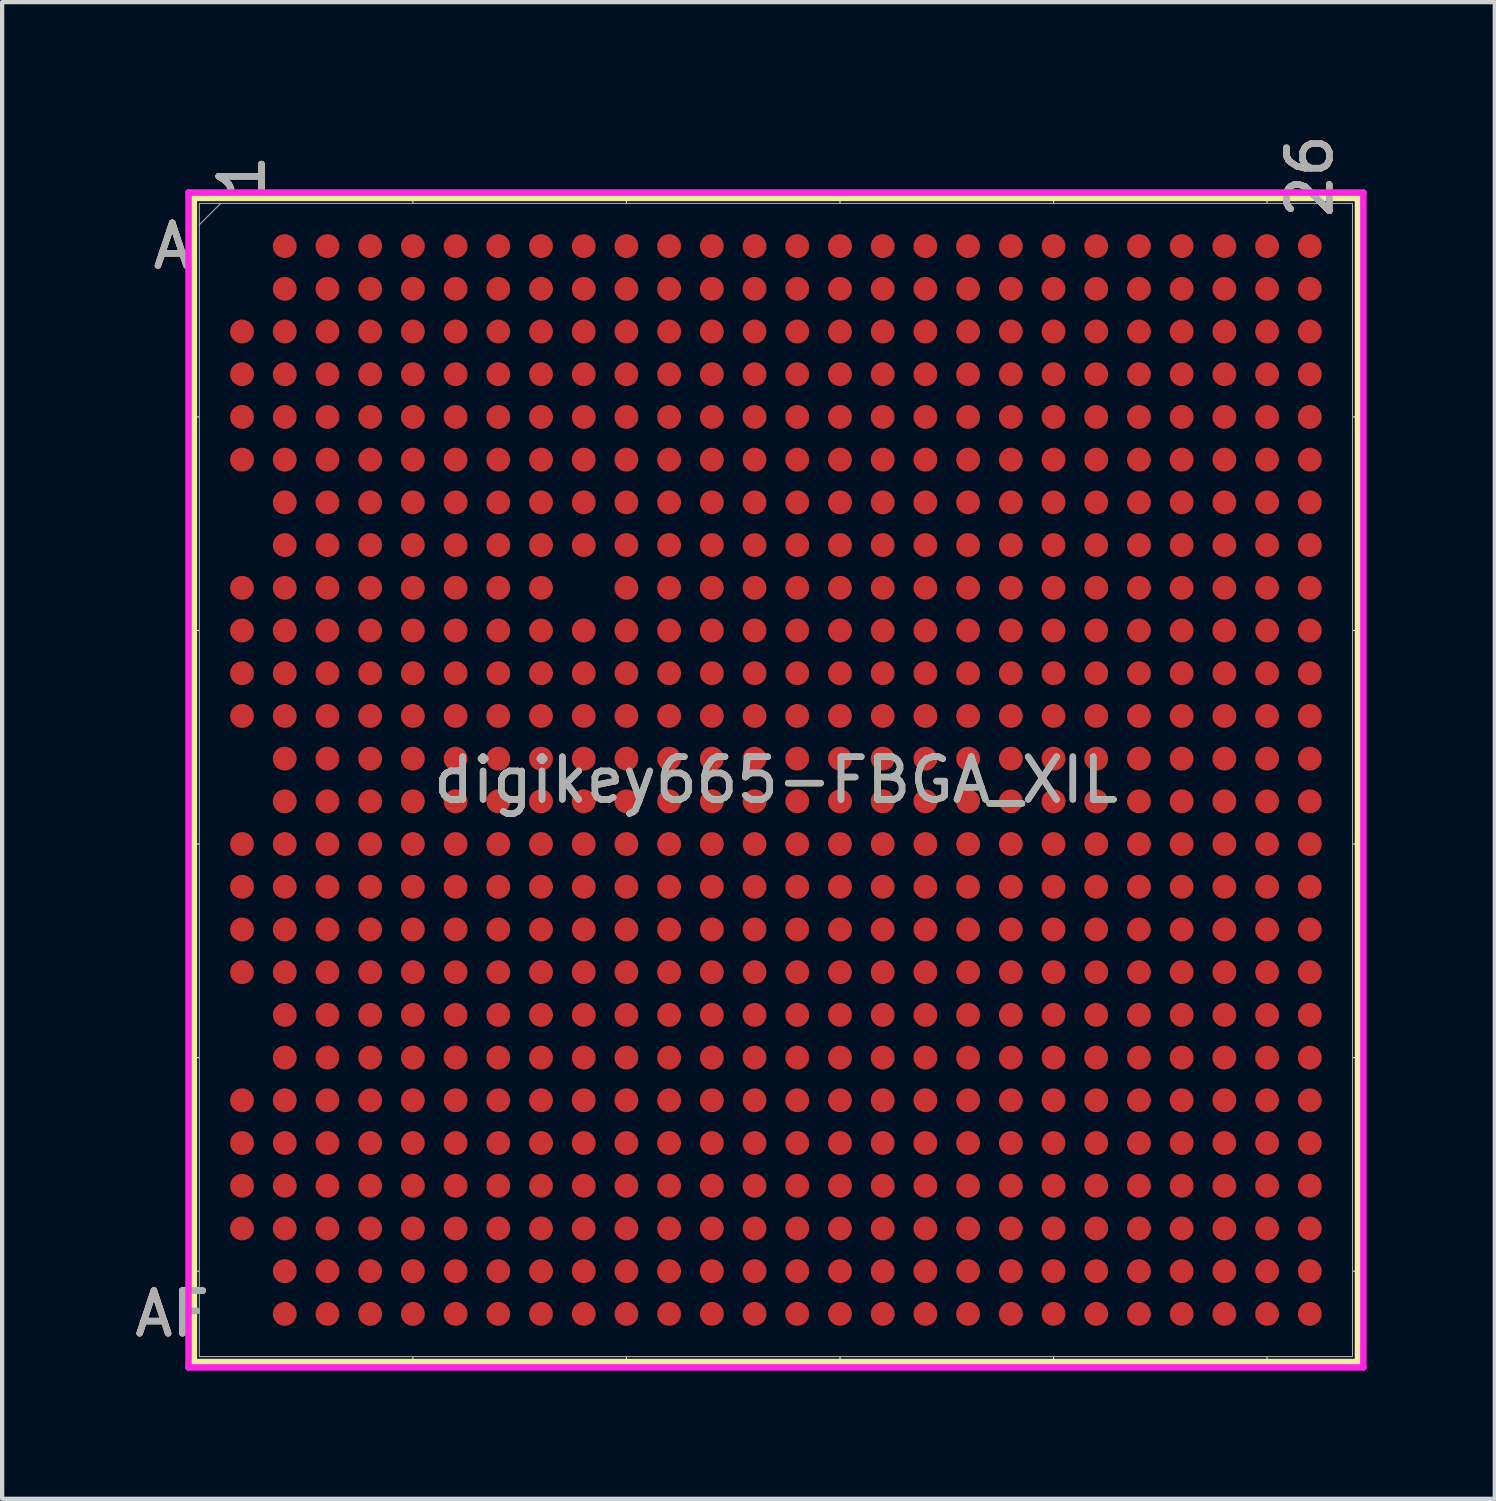
<source format=kicad_pcb>
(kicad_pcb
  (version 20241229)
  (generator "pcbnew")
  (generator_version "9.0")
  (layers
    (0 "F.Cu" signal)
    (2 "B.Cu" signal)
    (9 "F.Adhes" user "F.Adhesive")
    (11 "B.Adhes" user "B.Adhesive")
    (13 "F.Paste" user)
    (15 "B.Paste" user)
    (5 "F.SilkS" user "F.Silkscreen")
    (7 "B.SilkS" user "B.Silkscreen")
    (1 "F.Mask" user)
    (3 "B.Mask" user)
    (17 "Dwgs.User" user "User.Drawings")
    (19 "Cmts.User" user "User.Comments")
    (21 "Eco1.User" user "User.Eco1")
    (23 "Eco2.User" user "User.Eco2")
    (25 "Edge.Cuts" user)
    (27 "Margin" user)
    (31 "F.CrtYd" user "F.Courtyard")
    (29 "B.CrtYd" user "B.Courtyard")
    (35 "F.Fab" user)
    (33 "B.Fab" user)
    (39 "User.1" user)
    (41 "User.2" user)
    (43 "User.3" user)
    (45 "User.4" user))
  (footprint "digikey665-FBGA_XIL"
    (layer "F.Cu")
    (at 15.117 15.212)
    (property "Reference" "digikey665-FBGA_XIL" (at 0 0 0) (unlocked yes) (layer "F.SilkS") (effects (font (size 1 1) (thickness 0.15))))
    (attr smd)
    (fp_line (start -13.627 -13.627) (end -13.627 13.627) (stroke (width 0.152) (type solid)) (layer "F.SilkS"))
    (fp_line (start -13.627 13.627) (end 13.627 13.627) (stroke (width 0.152) (type solid)) (layer "F.SilkS"))
    (fp_line (start -13.5 -8.5) (end -13.754 -8.5) (stroke (width 0.025) (type solid)) (layer "F.SilkS"))
    (fp_line (start -13.5 -3.5) (end -13.754 -3.5) (stroke (width 0.025) (type solid)) (layer "F.SilkS"))
    (fp_line (start -13.5 1.5) (end -13.754 1.5) (stroke (width 0.025) (type solid)) (layer "F.SilkS"))
    (fp_line (start -13.5 6.5) (end -13.754 6.5) (stroke (width 0.025) (type solid)) (layer "F.SilkS"))
    (fp_line (start -13.5 11.5) (end -13.754 11.5) (stroke (width 0.025) (type solid)) (layer "F.SilkS"))
    (fp_line (start -8.5 -13.5) (end -8.5 -13.754) (stroke (width 0.025) (type solid)) (layer "F.SilkS"))
    (fp_line (start -8.5 13.5) (end -8.5 13.754) (stroke (width 0.025) (type solid)) (layer "F.SilkS"))
    (fp_line (start -3.5 -13.5) (end -3.5 -13.754) (stroke (width 0.025) (type solid)) (layer "F.SilkS"))
    (fp_line (start -3.5 13.5) (end -3.5 13.754) (stroke (width 0.025) (type solid)) (layer "F.SilkS"))
    (fp_line (start 1.5 -13.5) (end 1.5 -13.754) (stroke (width 0.025) (type solid)) (layer "F.SilkS"))
    (fp_line (start 1.5 13.5) (end 1.5 13.754) (stroke (width 0.025) (type solid)) (layer "F.SilkS"))
    (fp_line (start 6.5 -13.5) (end 6.5 -13.754) (stroke (width 0.025) (type solid)) (layer "F.SilkS"))
    (fp_line (start 6.5 13.5) (end 6.5 13.754) (stroke (width 0.025) (type solid)) (layer "F.SilkS"))
    (fp_line (start 11.5 -13.5) (end 11.5 -13.754) (stroke (width 0.025) (type solid)) (layer "F.SilkS"))
    (fp_line (start 11.5 13.5) (end 11.5 13.754) (stroke (width 0.025) (type solid)) (layer "F.SilkS"))
    (fp_line (start 13.5 -8.5) (end 13.754 -8.5) (stroke (width 0.025) (type solid)) (layer "F.SilkS"))
    (fp_line (start 13.5 -3.5) (end 13.754 -3.5) (stroke (width 0.025) (type solid)) (layer "F.SilkS"))
    (fp_line (start 13.5 1.5) (end 13.754 1.5) (stroke (width 0.025) (type solid)) (layer "F.SilkS"))
    (fp_line (start 13.5 6.5) (end 13.754 6.5) (stroke (width 0.025) (type solid)) (layer "F.SilkS"))
    (fp_line (start 13.5 11.5) (end 13.754 11.5) (stroke (width 0.025) (type solid)) (layer "F.SilkS"))
    (fp_line (start 13.627 -13.627) (end -13.627 -13.627) (stroke (width 0.152) (type solid)) (layer "F.SilkS"))
    (fp_line (start 13.627 13.627) (end 13.627 -13.627) (stroke (width 0.152) (type solid)) (layer "F.SilkS"))
    (fp_poly (pts (xy -13.508 -13.508) (xy 13.508 -13.508) (xy 13.508 13.508) (xy -13.508 13.508)) (stroke (width 0.1) (type solid)) (fill no) (layer "Eco2.User"))
    (fp_line (start -13.754 -13.754) (end 13.754 -13.754) (stroke (width 0.152) (type solid)) (layer "F.CrtYd"))
    (fp_line (start -13.754 13.754) (end -13.754 -13.754) (stroke (width 0.152) (type solid)) (layer "F.CrtYd"))
    (fp_line (start 13.754 -13.754) (end 13.754 13.754) (stroke (width 0.152) (type solid)) (layer "F.CrtYd"))
    (fp_line (start 13.754 13.754) (end -13.754 13.754) (stroke (width 0.152) (type solid)) (layer "F.CrtYd"))
    (fp_line (start -13.5 -13.5) (end -13.5 13.5) (stroke (width 0.025) (type solid)) (layer "F.Fab"))
    (fp_line (start -13.5 13.5) (end 13.5 13.5) (stroke (width 0.025) (type solid)) (layer "F.Fab"))
    (fp_line (start -13 -13.5) (end -13.5 -13) (stroke (width 0.025) (type solid)) (layer "F.Fab"))
    (fp_line (start 13.5 -13.5) (end -13.5 -13.5) (stroke (width 0.025) (type solid)) (layer "F.Fab"))
    (fp_line (start 13.5 13.5) (end 13.5 -13.5) (stroke (width 0.025) (type solid)) (layer "F.Fab"))
    (fp_text user "1" (at -12.5 -14.135 90) (unlocked yes) (layer "F.SilkS") (effects (font (size 1 1) (thickness 0.15))))
    (fp_text user "A" (at -14.135 -12.5 0) (unlocked yes) (layer "F.SilkS") (effects (font (size 1 1) (thickness 0.15))))
    (fp_text user "AF" (at -14.135 12.5 0) (unlocked yes) (layer "F.SilkS") (effects (font (size 1 1) (thickness 0.15))))
    (fp_text user "26" (at 12.5 -14.135 90) (unlocked yes) (layer "F.SilkS") (effects (font (size 1 1) (thickness 0.15))))
    (fp_text user "AF" (at -14.135 12.5 0) (unlocked yes) (layer "B.SilkS") (effects (font (size 1 1) (thickness 0.15))))
    (fp_text user "1" (at -12.5 -14.135 90) (unlocked yes) (layer "B.SilkS") (effects (font (size 1 1) (thickness 0.15))))
    (fp_text user "26" (at 12.5 -14.135 90) (unlocked yes) (layer "B.SilkS") (effects (font (size 1 1) (thickness 0.15))))
    (fp_text user "A" (at -14.135 -12.5 0) (unlocked yes) (layer "B.SilkS") (effects (font (size 1 1) (thickness 0.15))))
    (fp_text user "A" (at -14.135 -12.5 0) (unlocked yes) (layer "F.Fab") (effects (font (size 1 1) (thickness 0.15))))
    (fp_text user "1" (at -12.5 -14.135 90) (unlocked yes) (layer "F.Fab") (effects (font (size 1 1) (thickness 0.15))))
    (fp_text user "26" (at 12.5 -14.135 90) (unlocked yes) (layer "F.Fab") (effects (font (size 1 1) (thickness 0.15))))
    (fp_text user "${REFERENCE}" (at 0 0 0) (unlocked yes) (layer "F.Fab") (effects (font (size 1 1) (thickness 0.15))))
    (fp_text user "AF" (at -14.135 12.5 0) (unlocked yes) (layer "F.Fab") (effects (font (size 1 1) (thickness 0.15))))
    (pad "A2" smd circle (at -11.5 -12.5) (size 0.559 0.559) (layers "F.Cu" "F.Mask" "F.Paste"))
    (pad "A3" smd circle (at -10.5 -12.5) (size 0.559 0.559) (layers "F.Cu" "F.Mask" "F.Paste"))
    (pad "A4" smd circle (at -9.5 -12.5) (size 0.559 0.559) (layers "F.Cu" "F.Mask" "F.Paste"))
    (pad "A5" smd circle (at -8.5 -12.5) (size 0.559 0.559) (layers "F.Cu" "F.Mask" "F.Paste"))
    (pad "A6" smd circle (at -7.5 -12.5) (size 0.559 0.559) (layers "F.Cu" "F.Mask" "F.Paste"))
    (pad "A7" smd circle (at -6.5 -12.5) (size 0.559 0.559) (layers "F.Cu" "F.Mask" "F.Paste"))
    (pad "A8" smd circle (at -5.5 -12.5) (size 0.559 0.559) (layers "F.Cu" "F.Mask" "F.Paste"))
    (pad "A9" smd circle (at -4.5 -12.5) (size 0.559 0.559) (layers "F.Cu" "F.Mask" "F.Paste"))
    (pad "A10" smd circle (at -3.5 -12.5) (size 0.559 0.559) (layers "F.Cu" "F.Mask" "F.Paste"))
    (pad "A11" smd circle (at -2.5 -12.5) (size 0.559 0.559) (layers "F.Cu" "F.Mask" "F.Paste"))
    (pad "A12" smd circle (at -1.5 -12.5) (size 0.559 0.559) (layers "F.Cu" "F.Mask" "F.Paste"))
    (pad "A13" smd circle (at -0.5 -12.5) (size 0.559 0.559) (layers "F.Cu" "F.Mask" "F.Paste"))
    (pad "A14" smd circle (at 0.5 -12.5) (size 0.559 0.559) (layers "F.Cu" "F.Mask" "F.Paste"))
    (pad "A15" smd circle (at 1.5 -12.5) (size 0.559 0.559) (layers "F.Cu" "F.Mask" "F.Paste"))
    (pad "A16" smd circle (at 2.5 -12.5) (size 0.559 0.559) (layers "F.Cu" "F.Mask" "F.Paste"))
    (pad "A17" smd circle (at 3.5 -12.5) (size 0.559 0.559) (layers "F.Cu" "F.Mask" "F.Paste"))
    (pad "A18" smd circle (at 4.5 -12.5) (size 0.559 0.559) (layers "F.Cu" "F.Mask" "F.Paste"))
    (pad "A19" smd circle (at 5.5 -12.5) (size 0.559 0.559) (layers "F.Cu" "F.Mask" "F.Paste"))
    (pad "A20" smd circle (at 6.5 -12.5) (size 0.559 0.559) (layers "F.Cu" "F.Mask" "F.Paste"))
    (pad "A21" smd circle (at 7.5 -12.5) (size 0.559 0.559) (layers "F.Cu" "F.Mask" "F.Paste"))
    (pad "A22" smd circle (at 8.5 -12.5) (size 0.559 0.559) (layers "F.Cu" "F.Mask" "F.Paste"))
    (pad "A23" smd circle (at 9.5 -12.5) (size 0.559 0.559) (layers "F.Cu" "F.Mask" "F.Paste"))
    (pad "A24" smd circle (at 10.5 -12.5) (size 0.559 0.559) (layers "F.Cu" "F.Mask" "F.Paste"))
    (pad "A25" smd circle (at 11.5 -12.5) (size 0.559 0.559) (layers "F.Cu" "F.Mask" "F.Paste"))
    (pad "A26" smd circle (at 12.5 -12.5) (size 0.559 0.559) (layers "F.Cu" "F.Mask" "F.Paste"))
    (pad "AA1" smd circle (at -12.5 7.5) (size 0.559 0.559) (layers "F.Cu" "F.Mask" "F.Paste"))
    (pad "AA2" smd circle (at -11.5 7.5) (size 0.559 0.559) (layers "F.Cu" "F.Mask" "F.Paste"))
    (pad "AA3" smd circle (at -10.5 7.5) (size 0.559 0.559) (layers "F.Cu" "F.Mask" "F.Paste"))
    (pad "AA4" smd circle (at -9.5 7.5) (size 0.559 0.559) (layers "F.Cu" "F.Mask" "F.Paste"))
    (pad "AA5" smd circle (at -8.5 7.5) (size 0.559 0.559) (layers "F.Cu" "F.Mask" "F.Paste"))
    (pad "AA6" smd circle (at -7.5 7.5) (size 0.559 0.559) (layers "F.Cu" "F.Mask" "F.Paste"))
    (pad "AA7" smd circle (at -6.5 7.5) (size 0.559 0.559) (layers "F.Cu" "F.Mask" "F.Paste"))
    (pad "AA8" smd circle (at -5.5 7.5) (size 0.559 0.559) (layers "F.Cu" "F.Mask" "F.Paste"))
    (pad "AA9" smd circle (at -4.5 7.5) (size 0.559 0.559) (layers "F.Cu" "F.Mask" "F.Paste"))
    (pad "AA10" smd circle (at -3.5 7.5) (size 0.559 0.559) (layers "F.Cu" "F.Mask" "F.Paste"))
    (pad "AA11" smd circle (at -2.5 7.5) (size 0.559 0.559) (layers "F.Cu" "F.Mask" "F.Paste"))
    (pad "AA12" smd circle (at -1.5 7.5) (size 0.559 0.559) (layers "F.Cu" "F.Mask" "F.Paste"))
    (pad "AA13" smd circle (at -0.5 7.5) (size 0.559 0.559) (layers "F.Cu" "F.Mask" "F.Paste"))
    (pad "AA14" smd circle (at 0.5 7.5) (size 0.559 0.559) (layers "F.Cu" "F.Mask" "F.Paste"))
    (pad "AA15" smd circle (at 1.5 7.5) (size 0.559 0.559) (layers "F.Cu" "F.Mask" "F.Paste"))
    (pad "AA16" smd circle (at 2.5 7.5) (size 0.559 0.559) (layers "F.Cu" "F.Mask" "F.Paste"))
    (pad "AA17" smd circle (at 3.5 7.5) (size 0.559 0.559) (layers "F.Cu" "F.Mask" "F.Paste"))
    (pad "AA18" smd circle (at 4.5 7.5) (size 0.559 0.559) (layers "F.Cu" "F.Mask" "F.Paste"))
    (pad "AA19" smd circle (at 5.5 7.5) (size 0.559 0.559) (layers "F.Cu" "F.Mask" "F.Paste"))
    (pad "AA20" smd circle (at 6.5 7.5) (size 0.559 0.559) (layers "F.Cu" "F.Mask" "F.Paste"))
    (pad "AA21" smd circle (at 7.5 7.5) (size 0.559 0.559) (layers "F.Cu" "F.Mask" "F.Paste"))
    (pad "AA22" smd circle (at 8.5 7.5) (size 0.559 0.559) (layers "F.Cu" "F.Mask" "F.Paste"))
    (pad "AA23" smd circle (at 9.5 7.5) (size 0.559 0.559) (layers "F.Cu" "F.Mask" "F.Paste"))
    (pad "AA24" smd circle (at 10.5 7.5) (size 0.559 0.559) (layers "F.Cu" "F.Mask" "F.Paste"))
    (pad "AA25" smd circle (at 11.5 7.5) (size 0.559 0.559) (layers "F.Cu" "F.Mask" "F.Paste"))
    (pad "AA26" smd circle (at 12.5 7.5) (size 0.559 0.559) (layers "F.Cu" "F.Mask" "F.Paste"))
    (pad "AB1" smd circle (at -12.5 8.5) (size 0.559 0.559) (layers "F.Cu" "F.Mask" "F.Paste"))
    (pad "AB2" smd circle (at -11.5 8.5) (size 0.559 0.559) (layers "F.Cu" "F.Mask" "F.Paste"))
    (pad "AB3" smd circle (at -10.5 8.5) (size 0.559 0.559) (layers "F.Cu" "F.Mask" "F.Paste"))
    (pad "AB4" smd circle (at -9.5 8.5) (size 0.559 0.559) (layers "F.Cu" "F.Mask" "F.Paste"))
    (pad "AB5" smd circle (at -8.5 8.5) (size 0.559 0.559) (layers "F.Cu" "F.Mask" "F.Paste"))
    (pad "AB6" smd circle (at -7.5 8.5) (size 0.559 0.559) (layers "F.Cu" "F.Mask" "F.Paste"))
    (pad "AB7" smd circle (at -6.5 8.5) (size 0.559 0.559) (layers "F.Cu" "F.Mask" "F.Paste"))
    (pad "AB8" smd circle (at -5.5 8.5) (size 0.559 0.559) (layers "F.Cu" "F.Mask" "F.Paste"))
    (pad "AB9" smd circle (at -4.5 8.5) (size 0.559 0.559) (layers "F.Cu" "F.Mask" "F.Paste"))
    (pad "AB10" smd circle (at -3.5 8.5) (size 0.559 0.559) (layers "F.Cu" "F.Mask" "F.Paste"))
    (pad "AB11" smd circle (at -2.5 8.5) (size 0.559 0.559) (layers "F.Cu" "F.Mask" "F.Paste"))
    (pad "AB12" smd circle (at -1.5 8.5) (size 0.559 0.559) (layers "F.Cu" "F.Mask" "F.Paste"))
    (pad "AB13" smd circle (at -0.5 8.5) (size 0.559 0.559) (layers "F.Cu" "F.Mask" "F.Paste"))
    (pad "AB14" smd circle (at 0.5 8.5) (size 0.559 0.559) (layers "F.Cu" "F.Mask" "F.Paste"))
    (pad "AB15" smd circle (at 1.5 8.5) (size 0.559 0.559) (layers "F.Cu" "F.Mask" "F.Paste"))
    (pad "AB16" smd circle (at 2.5 8.5) (size 0.559 0.559) (layers "F.Cu" "F.Mask" "F.Paste"))
    (pad "AB17" smd circle (at 3.5 8.5) (size 0.559 0.559) (layers "F.Cu" "F.Mask" "F.Paste"))
    (pad "AB18" smd circle (at 4.5 8.5) (size 0.559 0.559) (layers "F.Cu" "F.Mask" "F.Paste"))
    (pad "AB19" smd circle (at 5.5 8.5) (size 0.559 0.559) (layers "F.Cu" "F.Mask" "F.Paste"))
    (pad "AB20" smd circle (at 6.5 8.5) (size 0.559 0.559) (layers "F.Cu" "F.Mask" "F.Paste"))
    (pad "AB21" smd circle (at 7.5 8.5) (size 0.559 0.559) (layers "F.Cu" "F.Mask" "F.Paste"))
    (pad "AB22" smd circle (at 8.5 8.5) (size 0.559 0.559) (layers "F.Cu" "F.Mask" "F.Paste"))
    (pad "AB23" smd circle (at 9.5 8.5) (size 0.559 0.559) (layers "F.Cu" "F.Mask" "F.Paste"))
    (pad "AB24" smd circle (at 10.5 8.5) (size 0.559 0.559) (layers "F.Cu" "F.Mask" "F.Paste"))
    (pad "AB25" smd circle (at 11.5 8.5) (size 0.559 0.559) (layers "F.Cu" "F.Mask" "F.Paste"))
    (pad "AB26" smd circle (at 12.5 8.5) (size 0.559 0.559) (layers "F.Cu" "F.Mask" "F.Paste"))
    (pad "AC1" smd circle (at -12.5 9.5) (size 0.559 0.559) (layers "F.Cu" "F.Mask" "F.Paste"))
    (pad "AC2" smd circle (at -11.5 9.5) (size 0.559 0.559) (layers "F.Cu" "F.Mask" "F.Paste"))
    (pad "AC3" smd circle (at -10.5 9.5) (size 0.559 0.559) (layers "F.Cu" "F.Mask" "F.Paste"))
    (pad "AC4" smd circle (at -9.5 9.5) (size 0.559 0.559) (layers "F.Cu" "F.Mask" "F.Paste"))
    (pad "AC5" smd circle (at -8.5 9.5) (size 0.559 0.559) (layers "F.Cu" "F.Mask" "F.Paste"))
    (pad "AC6" smd circle (at -7.5 9.5) (size 0.559 0.559) (layers "F.Cu" "F.Mask" "F.Paste"))
    (pad "AC7" smd circle (at -6.5 9.5) (size 0.559 0.559) (layers "F.Cu" "F.Mask" "F.Paste"))
    (pad "AC8" smd circle (at -5.5 9.5) (size 0.559 0.559) (layers "F.Cu" "F.Mask" "F.Paste"))
    (pad "AC9" smd circle (at -4.5 9.5) (size 0.559 0.559) (layers "F.Cu" "F.Mask" "F.Paste"))
    (pad "AC10" smd circle (at -3.5 9.5) (size 0.559 0.559) (layers "F.Cu" "F.Mask" "F.Paste"))
    (pad "AC11" smd circle (at -2.5 9.5) (size 0.559 0.559) (layers "F.Cu" "F.Mask" "F.Paste"))
    (pad "AC12" smd circle (at -1.5 9.5) (size 0.559 0.559) (layers "F.Cu" "F.Mask" "F.Paste"))
    (pad "AC13" smd circle (at -0.5 9.5) (size 0.559 0.559) (layers "F.Cu" "F.Mask" "F.Paste"))
    (pad "AC14" smd circle (at 0.5 9.5) (size 0.559 0.559) (layers "F.Cu" "F.Mask" "F.Paste"))
    (pad "AC15" smd circle (at 1.5 9.5) (size 0.559 0.559) (layers "F.Cu" "F.Mask" "F.Paste"))
    (pad "AC16" smd circle (at 2.5 9.5) (size 0.559 0.559) (layers "F.Cu" "F.Mask" "F.Paste"))
    (pad "AC17" smd circle (at 3.5 9.5) (size 0.559 0.559) (layers "F.Cu" "F.Mask" "F.Paste"))
    (pad "AC18" smd circle (at 4.5 9.5) (size 0.559 0.559) (layers "F.Cu" "F.Mask" "F.Paste"))
    (pad "AC19" smd circle (at 5.5 9.5) (size 0.559 0.559) (layers "F.Cu" "F.Mask" "F.Paste"))
    (pad "AC20" smd circle (at 6.5 9.5) (size 0.559 0.559) (layers "F.Cu" "F.Mask" "F.Paste"))
    (pad "AC21" smd circle (at 7.5 9.5) (size 0.559 0.559) (layers "F.Cu" "F.Mask" "F.Paste"))
    (pad "AC22" smd circle (at 8.5 9.5) (size 0.559 0.559) (layers "F.Cu" "F.Mask" "F.Paste"))
    (pad "AC23" smd circle (at 9.5 9.5) (size 0.559 0.559) (layers "F.Cu" "F.Mask" "F.Paste"))
    (pad "AC24" smd circle (at 10.5 9.5) (size 0.559 0.559) (layers "F.Cu" "F.Mask" "F.Paste"))
    (pad "AC25" smd circle (at 11.5 9.5) (size 0.559 0.559) (layers "F.Cu" "F.Mask" "F.Paste"))
    (pad "AC26" smd circle (at 12.5 9.5) (size 0.559 0.559) (layers "F.Cu" "F.Mask" "F.Paste"))
    (pad "AD1" smd circle (at -12.5 10.5) (size 0.559 0.559) (layers "F.Cu" "F.Mask" "F.Paste"))
    (pad "AD2" smd circle (at -11.5 10.5) (size 0.559 0.559) (layers "F.Cu" "F.Mask" "F.Paste"))
    (pad "AD3" smd circle (at -10.5 10.5) (size 0.559 0.559) (layers "F.Cu" "F.Mask" "F.Paste"))
    (pad "AD4" smd circle (at -9.5 10.5) (size 0.559 0.559) (layers "F.Cu" "F.Mask" "F.Paste"))
    (pad "AD5" smd circle (at -8.5 10.5) (size 0.559 0.559) (layers "F.Cu" "F.Mask" "F.Paste"))
    (pad "AD6" smd circle (at -7.5 10.5) (size 0.559 0.559) (layers "F.Cu" "F.Mask" "F.Paste"))
    (pad "AD7" smd circle (at -6.5 10.5) (size 0.559 0.559) (layers "F.Cu" "F.Mask" "F.Paste"))
    (pad "AD8" smd circle (at -5.5 10.5) (size 0.559 0.559) (layers "F.Cu" "F.Mask" "F.Paste"))
    (pad "AD9" smd circle (at -4.5 10.5) (size 0.559 0.559) (layers "F.Cu" "F.Mask" "F.Paste"))
    (pad "AD10" smd circle (at -3.5 10.5) (size 0.559 0.559) (layers "F.Cu" "F.Mask" "F.Paste"))
    (pad "AD11" smd circle (at -2.5 10.5) (size 0.559 0.559) (layers "F.Cu" "F.Mask" "F.Paste"))
    (pad "AD12" smd circle (at -1.5 10.5) (size 0.559 0.559) (layers "F.Cu" "F.Mask" "F.Paste"))
    (pad "AD13" smd circle (at -0.5 10.5) (size 0.559 0.559) (layers "F.Cu" "F.Mask" "F.Paste"))
    (pad "AD14" smd circle (at 0.5 10.5) (size 0.559 0.559) (layers "F.Cu" "F.Mask" "F.Paste"))
    (pad "AD15" smd circle (at 1.5 10.5) (size 0.559 0.559) (layers "F.Cu" "F.Mask" "F.Paste"))
    (pad "AD16" smd circle (at 2.5 10.5) (size 0.559 0.559) (layers "F.Cu" "F.Mask" "F.Paste"))
    (pad "AD17" smd circle (at 3.5 10.5) (size 0.559 0.559) (layers "F.Cu" "F.Mask" "F.Paste"))
    (pad "AD18" smd circle (at 4.5 10.5) (size 0.559 0.559) (layers "F.Cu" "F.Mask" "F.Paste"))
    (pad "AD19" smd circle (at 5.5 10.5) (size 0.559 0.559) (layers "F.Cu" "F.Mask" "F.Paste"))
    (pad "AD20" smd circle (at 6.5 10.5) (size 0.559 0.559) (layers "F.Cu" "F.Mask" "F.Paste"))
    (pad "AD21" smd circle (at 7.5 10.5) (size 0.559 0.559) (layers "F.Cu" "F.Mask" "F.Paste"))
    (pad "AD22" smd circle (at 8.5 10.5) (size 0.559 0.559) (layers "F.Cu" "F.Mask" "F.Paste"))
    (pad "AD23" smd circle (at 9.5 10.5) (size 0.559 0.559) (layers "F.Cu" "F.Mask" "F.Paste"))
    (pad "AD24" smd circle (at 10.5 10.5) (size 0.559 0.559) (layers "F.Cu" "F.Mask" "F.Paste"))
    (pad "AD25" smd circle (at 11.5 10.5) (size 0.559 0.559) (layers "F.Cu" "F.Mask" "F.Paste"))
    (pad "AD26" smd circle (at 12.5 10.5) (size 0.559 0.559) (layers "F.Cu" "F.Mask" "F.Paste"))
    (pad "AE2" smd circle (at -11.5 11.5) (size 0.559 0.559) (layers "F.Cu" "F.Mask" "F.Paste"))
    (pad "AE3" smd circle (at -10.5 11.5) (size 0.559 0.559) (layers "F.Cu" "F.Mask" "F.Paste"))
    (pad "AE4" smd circle (at -9.5 11.5) (size 0.559 0.559) (layers "F.Cu" "F.Mask" "F.Paste"))
    (pad "AE5" smd circle (at -8.5 11.5) (size 0.559 0.559) (layers "F.Cu" "F.Mask" "F.Paste"))
    (pad "AE6" smd circle (at -7.5 11.5) (size 0.559 0.559) (layers "F.Cu" "F.Mask" "F.Paste"))
    (pad "AE7" smd circle (at -6.5 11.5) (size 0.559 0.559) (layers "F.Cu" "F.Mask" "F.Paste"))
    (pad "AE8" smd circle (at -5.5 11.5) (size 0.559 0.559) (layers "F.Cu" "F.Mask" "F.Paste"))
    (pad "AE9" smd circle (at -4.5 11.5) (size 0.559 0.559) (layers "F.Cu" "F.Mask" "F.Paste"))
    (pad "AE10" smd circle (at -3.5 11.5) (size 0.559 0.559) (layers "F.Cu" "F.Mask" "F.Paste"))
    (pad "AE11" smd circle (at -2.5 11.5) (size 0.559 0.559) (layers "F.Cu" "F.Mask" "F.Paste"))
    (pad "AE12" smd circle (at -1.5 11.5) (size 0.559 0.559) (layers "F.Cu" "F.Mask" "F.Paste"))
    (pad "AE13" smd circle (at -0.5 11.5) (size 0.559 0.559) (layers "F.Cu" "F.Mask" "F.Paste"))
    (pad "AE14" smd circle (at 0.5 11.5) (size 0.559 0.559) (layers "F.Cu" "F.Mask" "F.Paste"))
    (pad "AE15" smd circle (at 1.5 11.5) (size 0.559 0.559) (layers "F.Cu" "F.Mask" "F.Paste"))
    (pad "AE16" smd circle (at 2.5 11.5) (size 0.559 0.559) (layers "F.Cu" "F.Mask" "F.Paste"))
    (pad "AE17" smd circle (at 3.5 11.5) (size 0.559 0.559) (layers "F.Cu" "F.Mask" "F.Paste"))
    (pad "AE18" smd circle (at 4.5 11.5) (size 0.559 0.559) (layers "F.Cu" "F.Mask" "F.Paste"))
    (pad "AE19" smd circle (at 5.5 11.5) (size 0.559 0.559) (layers "F.Cu" "F.Mask" "F.Paste"))
    (pad "AE20" smd circle (at 6.5 11.5) (size 0.559 0.559) (layers "F.Cu" "F.Mask" "F.Paste"))
    (pad "AE21" smd circle (at 7.5 11.5) (size 0.559 0.559) (layers "F.Cu" "F.Mask" "F.Paste"))
    (pad "AE22" smd circle (at 8.5 11.5) (size 0.559 0.559) (layers "F.Cu" "F.Mask" "F.Paste"))
    (pad "AE23" smd circle (at 9.5 11.5) (size 0.559 0.559) (layers "F.Cu" "F.Mask" "F.Paste"))
    (pad "AE24" smd circle (at 10.5 11.5) (size 0.559 0.559) (layers "F.Cu" "F.Mask" "F.Paste"))
    (pad "AE25" smd circle (at 11.5 11.5) (size 0.559 0.559) (layers "F.Cu" "F.Mask" "F.Paste"))
    (pad "AE26" smd circle (at 12.5 11.5) (size 0.559 0.559) (layers "F.Cu" "F.Mask" "F.Paste"))
    (pad "AF2" smd circle (at -11.5 12.5) (size 0.559 0.559) (layers "F.Cu" "F.Mask" "F.Paste"))
    (pad "AF3" smd circle (at -10.5 12.5) (size 0.559 0.559) (layers "F.Cu" "F.Mask" "F.Paste"))
    (pad "AF4" smd circle (at -9.5 12.5) (size 0.559 0.559) (layers "F.Cu" "F.Mask" "F.Paste"))
    (pad "AF5" smd circle (at -8.5 12.5) (size 0.559 0.559) (layers "F.Cu" "F.Mask" "F.Paste"))
    (pad "AF6" smd circle (at -7.5 12.5) (size 0.559 0.559) (layers "F.Cu" "F.Mask" "F.Paste"))
    (pad "AF7" smd circle (at -6.5 12.5) (size 0.559 0.559) (layers "F.Cu" "F.Mask" "F.Paste"))
    (pad "AF8" smd circle (at -5.5 12.5) (size 0.559 0.559) (layers "F.Cu" "F.Mask" "F.Paste"))
    (pad "AF9" smd circle (at -4.5 12.5) (size 0.559 0.559) (layers "F.Cu" "F.Mask" "F.Paste"))
    (pad "AF10" smd circle (at -3.5 12.5) (size 0.559 0.559) (layers "F.Cu" "F.Mask" "F.Paste"))
    (pad "AF11" smd circle (at -2.5 12.5) (size 0.559 0.559) (layers "F.Cu" "F.Mask" "F.Paste"))
    (pad "AF12" smd circle (at -1.5 12.5) (size 0.559 0.559) (layers "F.Cu" "F.Mask" "F.Paste"))
    (pad "AF13" smd circle (at -0.5 12.5) (size 0.559 0.559) (layers "F.Cu" "F.Mask" "F.Paste"))
    (pad "AF14" smd circle (at 0.5 12.5) (size 0.559 0.559) (layers "F.Cu" "F.Mask" "F.Paste"))
    (pad "AF15" smd circle (at 1.5 12.5) (size 0.559 0.559) (layers "F.Cu" "F.Mask" "F.Paste"))
    (pad "AF16" smd circle (at 2.5 12.5) (size 0.559 0.559) (layers "F.Cu" "F.Mask" "F.Paste"))
    (pad "AF17" smd circle (at 3.5 12.5) (size 0.559 0.559) (layers "F.Cu" "F.Mask" "F.Paste"))
    (pad "AF18" smd circle (at 4.5 12.5) (size 0.559 0.559) (layers "F.Cu" "F.Mask" "F.Paste"))
    (pad "AF19" smd circle (at 5.5 12.5) (size 0.559 0.559) (layers "F.Cu" "F.Mask" "F.Paste"))
    (pad "AF20" smd circle (at 6.5 12.5) (size 0.559 0.559) (layers "F.Cu" "F.Mask" "F.Paste"))
    (pad "AF21" smd circle (at 7.5 12.5) (size 0.559 0.559) (layers "F.Cu" "F.Mask" "F.Paste"))
    (pad "AF22" smd circle (at 8.5 12.5) (size 0.559 0.559) (layers "F.Cu" "F.Mask" "F.Paste"))
    (pad "AF23" smd circle (at 9.5 12.5) (size 0.559 0.559) (layers "F.Cu" "F.Mask" "F.Paste"))
    (pad "AF24" smd circle (at 10.5 12.5) (size 0.559 0.559) (layers "F.Cu" "F.Mask" "F.Paste"))
    (pad "AF25" smd circle (at 11.5 12.5) (size 0.559 0.559) (layers "F.Cu" "F.Mask" "F.Paste"))
    (pad "AF26" smd circle (at 12.5 12.5) (size 0.559 0.559) (layers "F.Cu" "F.Mask" "F.Paste"))
    (pad "B2" smd circle (at -11.5 -11.5) (size 0.559 0.559) (layers "F.Cu" "F.Mask" "F.Paste"))
    (pad "B3" smd circle (at -10.5 -11.5) (size 0.559 0.559) (layers "F.Cu" "F.Mask" "F.Paste"))
    (pad "B4" smd circle (at -9.5 -11.5) (size 0.559 0.559) (layers "F.Cu" "F.Mask" "F.Paste"))
    (pad "B5" smd circle (at -8.5 -11.5) (size 0.559 0.559) (layers "F.Cu" "F.Mask" "F.Paste"))
    (pad "B6" smd circle (at -7.5 -11.5) (size 0.559 0.559) (layers "F.Cu" "F.Mask" "F.Paste"))
    (pad "B7" smd circle (at -6.5 -11.5) (size 0.559 0.559) (layers "F.Cu" "F.Mask" "F.Paste"))
    (pad "B8" smd circle (at -5.5 -11.5) (size 0.559 0.559) (layers "F.Cu" "F.Mask" "F.Paste"))
    (pad "B9" smd circle (at -4.5 -11.5) (size 0.559 0.559) (layers "F.Cu" "F.Mask" "F.Paste"))
    (pad "B10" smd circle (at -3.5 -11.5) (size 0.559 0.559) (layers "F.Cu" "F.Mask" "F.Paste"))
    (pad "B11" smd circle (at -2.5 -11.5) (size 0.559 0.559) (layers "F.Cu" "F.Mask" "F.Paste"))
    (pad "B12" smd circle (at -1.5 -11.5) (size 0.559 0.559) (layers "F.Cu" "F.Mask" "F.Paste"))
    (pad "B13" smd circle (at -0.5 -11.5) (size 0.559 0.559) (layers "F.Cu" "F.Mask" "F.Paste"))
    (pad "B14" smd circle (at 0.5 -11.5) (size 0.559 0.559) (layers "F.Cu" "F.Mask" "F.Paste"))
    (pad "B15" smd circle (at 1.5 -11.5) (size 0.559 0.559) (layers "F.Cu" "F.Mask" "F.Paste"))
    (pad "B16" smd circle (at 2.5 -11.5) (size 0.559 0.559) (layers "F.Cu" "F.Mask" "F.Paste"))
    (pad "B17" smd circle (at 3.5 -11.5) (size 0.559 0.559) (layers "F.Cu" "F.Mask" "F.Paste"))
    (pad "B18" smd circle (at 4.5 -11.5) (size 0.559 0.559) (layers "F.Cu" "F.Mask" "F.Paste"))
    (pad "B19" smd circle (at 5.5 -11.5) (size 0.559 0.559) (layers "F.Cu" "F.Mask" "F.Paste"))
    (pad "B20" smd circle (at 6.5 -11.5) (size 0.559 0.559) (layers "F.Cu" "F.Mask" "F.Paste"))
    (pad "B21" smd circle (at 7.5 -11.5) (size 0.559 0.559) (layers "F.Cu" "F.Mask" "F.Paste"))
    (pad "B22" smd circle (at 8.5 -11.5) (size 0.559 0.559) (layers "F.Cu" "F.Mask" "F.Paste"))
    (pad "B23" smd circle (at 9.5 -11.5) (size 0.559 0.559) (layers "F.Cu" "F.Mask" "F.Paste"))
    (pad "B24" smd circle (at 10.5 -11.5) (size 0.559 0.559) (layers "F.Cu" "F.Mask" "F.Paste"))
    (pad "B25" smd circle (at 11.5 -11.5) (size 0.559 0.559) (layers "F.Cu" "F.Mask" "F.Paste"))
    (pad "B26" smd circle (at 12.5 -11.5) (size 0.559 0.559) (layers "F.Cu" "F.Mask" "F.Paste"))
    (pad "C1" smd circle (at -12.5 -10.5) (size 0.559 0.559) (layers "F.Cu" "F.Mask" "F.Paste"))
    (pad "C2" smd circle (at -11.5 -10.5) (size 0.559 0.559) (layers "F.Cu" "F.Mask" "F.Paste"))
    (pad "C3" smd circle (at -10.5 -10.5) (size 0.559 0.559) (layers "F.Cu" "F.Mask" "F.Paste"))
    (pad "C4" smd circle (at -9.5 -10.5) (size 0.559 0.559) (layers "F.Cu" "F.Mask" "F.Paste"))
    (pad "C5" smd circle (at -8.5 -10.5) (size 0.559 0.559) (layers "F.Cu" "F.Mask" "F.Paste"))
    (pad "C6" smd circle (at -7.5 -10.5) (size 0.559 0.559) (layers "F.Cu" "F.Mask" "F.Paste"))
    (pad "C7" smd circle (at -6.5 -10.5) (size 0.559 0.559) (layers "F.Cu" "F.Mask" "F.Paste"))
    (pad "C8" smd circle (at -5.5 -10.5) (size 0.559 0.559) (layers "F.Cu" "F.Mask" "F.Paste"))
    (pad "C9" smd circle (at -4.5 -10.5) (size 0.559 0.559) (layers "F.Cu" "F.Mask" "F.Paste"))
    (pad "C10" smd circle (at -3.5 -10.5) (size 0.559 0.559) (layers "F.Cu" "F.Mask" "F.Paste"))
    (pad "C11" smd circle (at -2.5 -10.5) (size 0.559 0.559) (layers "F.Cu" "F.Mask" "F.Paste"))
    (pad "C12" smd circle (at -1.5 -10.5) (size 0.559 0.559) (layers "F.Cu" "F.Mask" "F.Paste"))
    (pad "C13" smd circle (at -0.5 -10.5) (size 0.559 0.559) (layers "F.Cu" "F.Mask" "F.Paste"))
    (pad "C14" smd circle (at 0.5 -10.5) (size 0.559 0.559) (layers "F.Cu" "F.Mask" "F.Paste"))
    (pad "C15" smd circle (at 1.5 -10.5) (size 0.559 0.559) (layers "F.Cu" "F.Mask" "F.Paste"))
    (pad "C16" smd circle (at 2.5 -10.5) (size 0.559 0.559) (layers "F.Cu" "F.Mask" "F.Paste"))
    (pad "C17" smd circle (at 3.5 -10.5) (size 0.559 0.559) (layers "F.Cu" "F.Mask" "F.Paste"))
    (pad "C18" smd circle (at 4.5 -10.5) (size 0.559 0.559) (layers "F.Cu" "F.Mask" "F.Paste"))
    (pad "C19" smd circle (at 5.5 -10.5) (size 0.559 0.559) (layers "F.Cu" "F.Mask" "F.Paste"))
    (pad "C20" smd circle (at 6.5 -10.5) (size 0.559 0.559) (layers "F.Cu" "F.Mask" "F.Paste"))
    (pad "C21" smd circle (at 7.5 -10.5) (size 0.559 0.559) (layers "F.Cu" "F.Mask" "F.Paste"))
    (pad "C22" smd circle (at 8.5 -10.5) (size 0.559 0.559) (layers "F.Cu" "F.Mask" "F.Paste"))
    (pad "C23" smd circle (at 9.5 -10.5) (size 0.559 0.559) (layers "F.Cu" "F.Mask" "F.Paste"))
    (pad "C24" smd circle (at 10.5 -10.5) (size 0.559 0.559) (layers "F.Cu" "F.Mask" "F.Paste"))
    (pad "C25" smd circle (at 11.5 -10.5) (size 0.559 0.559) (layers "F.Cu" "F.Mask" "F.Paste"))
    (pad "C26" smd circle (at 12.5 -10.5) (size 0.559 0.559) (layers "F.Cu" "F.Mask" "F.Paste"))
    (pad "D1" smd circle (at -12.5 -9.5) (size 0.559 0.559) (layers "F.Cu" "F.Mask" "F.Paste"))
    (pad "D2" smd circle (at -11.5 -9.5) (size 0.559 0.559) (layers "F.Cu" "F.Mask" "F.Paste"))
    (pad "D3" smd circle (at -10.5 -9.5) (size 0.559 0.559) (layers "F.Cu" "F.Mask" "F.Paste"))
    (pad "D4" smd circle (at -9.5 -9.5) (size 0.559 0.559) (layers "F.Cu" "F.Mask" "F.Paste"))
    (pad "D5" smd circle (at -8.5 -9.5) (size 0.559 0.559) (layers "F.Cu" "F.Mask" "F.Paste"))
    (pad "D6" smd circle (at -7.5 -9.5) (size 0.559 0.559) (layers "F.Cu" "F.Mask" "F.Paste"))
    (pad "D7" smd circle (at -6.5 -9.5) (size 0.559 0.559) (layers "F.Cu" "F.Mask" "F.Paste"))
    (pad "D8" smd circle (at -5.5 -9.5) (size 0.559 0.559) (layers "F.Cu" "F.Mask" "F.Paste"))
    (pad "D9" smd circle (at -4.5 -9.5) (size 0.559 0.559) (layers "F.Cu" "F.Mask" "F.Paste"))
    (pad "D10" smd circle (at -3.5 -9.5) (size 0.559 0.559) (layers "F.Cu" "F.Mask" "F.Paste"))
    (pad "D11" smd circle (at -2.5 -9.5) (size 0.559 0.559) (layers "F.Cu" "F.Mask" "F.Paste"))
    (pad "D12" smd circle (at -1.5 -9.5) (size 0.559 0.559) (layers "F.Cu" "F.Mask" "F.Paste"))
    (pad "D13" smd circle (at -0.5 -9.5) (size 0.559 0.559) (layers "F.Cu" "F.Mask" "F.Paste"))
    (pad "D14" smd circle (at 0.5 -9.5) (size 0.559 0.559) (layers "F.Cu" "F.Mask" "F.Paste"))
    (pad "D15" smd circle (at 1.5 -9.5) (size 0.559 0.559) (layers "F.Cu" "F.Mask" "F.Paste"))
    (pad "D16" smd circle (at 2.5 -9.5) (size 0.559 0.559) (layers "F.Cu" "F.Mask" "F.Paste"))
    (pad "D17" smd circle (at 3.5 -9.5) (size 0.559 0.559) (layers "F.Cu" "F.Mask" "F.Paste"))
    (pad "D18" smd circle (at 4.5 -9.5) (size 0.559 0.559) (layers "F.Cu" "F.Mask" "F.Paste"))
    (pad "D19" smd circle (at 5.5 -9.5) (size 0.559 0.559) (layers "F.Cu" "F.Mask" "F.Paste"))
    (pad "D20" smd circle (at 6.5 -9.5) (size 0.559 0.559) (layers "F.Cu" "F.Mask" "F.Paste"))
    (pad "D21" smd circle (at 7.5 -9.5) (size 0.559 0.559) (layers "F.Cu" "F.Mask" "F.Paste"))
    (pad "D22" smd circle (at 8.5 -9.5) (size 0.559 0.559) (layers "F.Cu" "F.Mask" "F.Paste"))
    (pad "D23" smd circle (at 9.5 -9.5) (size 0.559 0.559) (layers "F.Cu" "F.Mask" "F.Paste"))
    (pad "D24" smd circle (at 10.5 -9.5) (size 0.559 0.559) (layers "F.Cu" "F.Mask" "F.Paste"))
    (pad "D25" smd circle (at 11.5 -9.5) (size 0.559 0.559) (layers "F.Cu" "F.Mask" "F.Paste"))
    (pad "D26" smd circle (at 12.5 -9.5) (size 0.559 0.559) (layers "F.Cu" "F.Mask" "F.Paste"))
    (pad "E1" smd circle (at -12.5 -8.5) (size 0.559 0.559) (layers "F.Cu" "F.Mask" "F.Paste"))
    (pad "E2" smd circle (at -11.5 -8.5) (size 0.559 0.559) (layers "F.Cu" "F.Mask" "F.Paste"))
    (pad "E3" smd circle (at -10.5 -8.5) (size 0.559 0.559) (layers "F.Cu" "F.Mask" "F.Paste"))
    (pad "E4" smd circle (at -9.5 -8.5) (size 0.559 0.559) (layers "F.Cu" "F.Mask" "F.Paste"))
    (pad "E5" smd circle (at -8.5 -8.5) (size 0.559 0.559) (layers "F.Cu" "F.Mask" "F.Paste"))
    (pad "E6" smd circle (at -7.5 -8.5) (size 0.559 0.559) (layers "F.Cu" "F.Mask" "F.Paste"))
    (pad "E7" smd circle (at -6.5 -8.5) (size 0.559 0.559) (layers "F.Cu" "F.Mask" "F.Paste"))
    (pad "E8" smd circle (at -5.5 -8.5) (size 0.559 0.559) (layers "F.Cu" "F.Mask" "F.Paste"))
    (pad "E9" smd circle (at -4.5 -8.5) (size 0.559 0.559) (layers "F.Cu" "F.Mask" "F.Paste"))
    (pad "E10" smd circle (at -3.5 -8.5) (size 0.559 0.559) (layers "F.Cu" "F.Mask" "F.Paste"))
    (pad "E11" smd circle (at -2.5 -8.5) (size 0.559 0.559) (layers "F.Cu" "F.Mask" "F.Paste"))
    (pad "E12" smd circle (at -1.5 -8.5) (size 0.559 0.559) (layers "F.Cu" "F.Mask" "F.Paste"))
    (pad "E13" smd circle (at -0.5 -8.5) (size 0.559 0.559) (layers "F.Cu" "F.Mask" "F.Paste"))
    (pad "E14" smd circle (at 0.5 -8.5) (size 0.559 0.559) (layers "F.Cu" "F.Mask" "F.Paste"))
    (pad "E15" smd circle (at 1.5 -8.5) (size 0.559 0.559) (layers "F.Cu" "F.Mask" "F.Paste"))
    (pad "E16" smd circle (at 2.5 -8.5) (size 0.559 0.559) (layers "F.Cu" "F.Mask" "F.Paste"))
    (pad "E17" smd circle (at 3.5 -8.5) (size 0.559 0.559) (layers "F.Cu" "F.Mask" "F.Paste"))
    (pad "E18" smd circle (at 4.5 -8.5) (size 0.559 0.559) (layers "F.Cu" "F.Mask" "F.Paste"))
    (pad "E19" smd circle (at 5.5 -8.5) (size 0.559 0.559) (layers "F.Cu" "F.Mask" "F.Paste"))
    (pad "E20" smd circle (at 6.5 -8.5) (size 0.559 0.559) (layers "F.Cu" "F.Mask" "F.Paste"))
    (pad "E21" smd circle (at 7.5 -8.5) (size 0.559 0.559) (layers "F.Cu" "F.Mask" "F.Paste"))
    (pad "E22" smd circle (at 8.5 -8.5) (size 0.559 0.559) (layers "F.Cu" "F.Mask" "F.Paste"))
    (pad "E23" smd circle (at 9.5 -8.5) (size 0.559 0.559) (layers "F.Cu" "F.Mask" "F.Paste"))
    (pad "E24" smd circle (at 10.5 -8.5) (size 0.559 0.559) (layers "F.Cu" "F.Mask" "F.Paste"))
    (pad "E25" smd circle (at 11.5 -8.5) (size 0.559 0.559) (layers "F.Cu" "F.Mask" "F.Paste"))
    (pad "E26" smd circle (at 12.5 -8.5) (size 0.559 0.559) (layers "F.Cu" "F.Mask" "F.Paste"))
    (pad "F1" smd circle (at -12.5 -7.5) (size 0.559 0.559) (layers "F.Cu" "F.Mask" "F.Paste"))
    (pad "F2" smd circle (at -11.5 -7.5) (size 0.559 0.559) (layers "F.Cu" "F.Mask" "F.Paste"))
    (pad "F3" smd circle (at -10.5 -7.5) (size 0.559 0.559) (layers "F.Cu" "F.Mask" "F.Paste"))
    (pad "F4" smd circle (at -9.5 -7.5) (size 0.559 0.559) (layers "F.Cu" "F.Mask" "F.Paste"))
    (pad "F5" smd circle (at -8.5 -7.5) (size 0.559 0.559) (layers "F.Cu" "F.Mask" "F.Paste"))
    (pad "F6" smd circle (at -7.5 -7.5) (size 0.559 0.559) (layers "F.Cu" "F.Mask" "F.Paste"))
    (pad "F7" smd circle (at -6.5 -7.5) (size 0.559 0.559) (layers "F.Cu" "F.Mask" "F.Paste"))
    (pad "F8" smd circle (at -5.5 -7.5) (size 0.559 0.559) (layers "F.Cu" "F.Mask" "F.Paste"))
    (pad "F9" smd circle (at -4.5 -7.5) (size 0.559 0.559) (layers "F.Cu" "F.Mask" "F.Paste"))
    (pad "F10" smd circle (at -3.5 -7.5) (size 0.559 0.559) (layers "F.Cu" "F.Mask" "F.Paste"))
    (pad "F11" smd circle (at -2.5 -7.5) (size 0.559 0.559) (layers "F.Cu" "F.Mask" "F.Paste"))
    (pad "F12" smd circle (at -1.5 -7.5) (size 0.559 0.559) (layers "F.Cu" "F.Mask" "F.Paste"))
    (pad "F13" smd circle (at -0.5 -7.5) (size 0.559 0.559) (layers "F.Cu" "F.Mask" "F.Paste"))
    (pad "F14" smd circle (at 0.5 -7.5) (size 0.559 0.559) (layers "F.Cu" "F.Mask" "F.Paste"))
    (pad "F15" smd circle (at 1.5 -7.5) (size 0.559 0.559) (layers "F.Cu" "F.Mask" "F.Paste"))
    (pad "F16" smd circle (at 2.5 -7.5) (size 0.559 0.559) (layers "F.Cu" "F.Mask" "F.Paste"))
    (pad "F17" smd circle (at 3.5 -7.5) (size 0.559 0.559) (layers "F.Cu" "F.Mask" "F.Paste"))
    (pad "F18" smd circle (at 4.5 -7.5) (size 0.559 0.559) (layers "F.Cu" "F.Mask" "F.Paste"))
    (pad "F19" smd circle (at 5.5 -7.5) (size 0.559 0.559) (layers "F.Cu" "F.Mask" "F.Paste"))
    (pad "F20" smd circle (at 6.5 -7.5) (size 0.559 0.559) (layers "F.Cu" "F.Mask" "F.Paste"))
    (pad "F21" smd circle (at 7.5 -7.5) (size 0.559 0.559) (layers "F.Cu" "F.Mask" "F.Paste"))
    (pad "F22" smd circle (at 8.5 -7.5) (size 0.559 0.559) (layers "F.Cu" "F.Mask" "F.Paste"))
    (pad "F23" smd circle (at 9.5 -7.5) (size 0.559 0.559) (layers "F.Cu" "F.Mask" "F.Paste"))
    (pad "F24" smd circle (at 10.5 -7.5) (size 0.559 0.559) (layers "F.Cu" "F.Mask" "F.Paste"))
    (pad "F25" smd circle (at 11.5 -7.5) (size 0.559 0.559) (layers "F.Cu" "F.Mask" "F.Paste"))
    (pad "F26" smd circle (at 12.5 -7.5) (size 0.559 0.559) (layers "F.Cu" "F.Mask" "F.Paste"))
    (pad "G2" smd circle (at -11.5 -6.5) (size 0.559 0.559) (layers "F.Cu" "F.Mask" "F.Paste"))
    (pad "G3" smd circle (at -10.5 -6.5) (size 0.559 0.559) (layers "F.Cu" "F.Mask" "F.Paste"))
    (pad "G4" smd circle (at -9.5 -6.5) (size 0.559 0.559) (layers "F.Cu" "F.Mask" "F.Paste"))
    (pad "G5" smd circle (at -8.5 -6.5) (size 0.559 0.559) (layers "F.Cu" "F.Mask" "F.Paste"))
    (pad "G6" smd circle (at -7.5 -6.5) (size 0.559 0.559) (layers "F.Cu" "F.Mask" "F.Paste"))
    (pad "G7" smd circle (at -6.5 -6.5) (size 0.559 0.559) (layers "F.Cu" "F.Mask" "F.Paste"))
    (pad "G8" smd circle (at -5.5 -6.5) (size 0.559 0.559) (layers "F.Cu" "F.Mask" "F.Paste"))
    (pad "G9" smd circle (at -4.5 -6.5) (size 0.559 0.559) (layers "F.Cu" "F.Mask" "F.Paste"))
    (pad "G10" smd circle (at -3.5 -6.5) (size 0.559 0.559) (layers "F.Cu" "F.Mask" "F.Paste"))
    (pad "G11" smd circle (at -2.5 -6.5) (size 0.559 0.559) (layers "F.Cu" "F.Mask" "F.Paste"))
    (pad "G12" smd circle (at -1.5 -6.5) (size 0.559 0.559) (layers "F.Cu" "F.Mask" "F.Paste"))
    (pad "G13" smd circle (at -0.5 -6.5) (size 0.559 0.559) (layers "F.Cu" "F.Mask" "F.Paste"))
    (pad "G14" smd circle (at 0.5 -6.5) (size 0.559 0.559) (layers "F.Cu" "F.Mask" "F.Paste"))
    (pad "G15" smd circle (at 1.5 -6.5) (size 0.559 0.559) (layers "F.Cu" "F.Mask" "F.Paste"))
    (pad "G16" smd circle (at 2.5 -6.5) (size 0.559 0.559) (layers "F.Cu" "F.Mask" "F.Paste"))
    (pad "G17" smd circle (at 3.5 -6.5) (size 0.559 0.559) (layers "F.Cu" "F.Mask" "F.Paste"))
    (pad "G18" smd circle (at 4.5 -6.5) (size 0.559 0.559) (layers "F.Cu" "F.Mask" "F.Paste"))
    (pad "G19" smd circle (at 5.5 -6.5) (size 0.559 0.559) (layers "F.Cu" "F.Mask" "F.Paste"))
    (pad "G20" smd circle (at 6.5 -6.5) (size 0.559 0.559) (layers "F.Cu" "F.Mask" "F.Paste"))
    (pad "G21" smd circle (at 7.5 -6.5) (size 0.559 0.559) (layers "F.Cu" "F.Mask" "F.Paste"))
    (pad "G22" smd circle (at 8.5 -6.5) (size 0.559 0.559) (layers "F.Cu" "F.Mask" "F.Paste"))
    (pad "G23" smd circle (at 9.5 -6.5) (size 0.559 0.559) (layers "F.Cu" "F.Mask" "F.Paste"))
    (pad "G24" smd circle (at 10.5 -6.5) (size 0.559 0.559) (layers "F.Cu" "F.Mask" "F.Paste"))
    (pad "G25" smd circle (at 11.5 -6.5) (size 0.559 0.559) (layers "F.Cu" "F.Mask" "F.Paste"))
    (pad "G26" smd circle (at 12.5 -6.5) (size 0.559 0.559) (layers "F.Cu" "F.Mask" "F.Paste"))
    (pad "H2" smd circle (at -11.5 -5.5) (size 0.559 0.559) (layers "F.Cu" "F.Mask" "F.Paste"))
    (pad "H3" smd circle (at -10.5 -5.5) (size 0.559 0.559) (layers "F.Cu" "F.Mask" "F.Paste"))
    (pad "H4" smd circle (at -9.5 -5.5) (size 0.559 0.559) (layers "F.Cu" "F.Mask" "F.Paste"))
    (pad "H5" smd circle (at -8.5 -5.5) (size 0.559 0.559) (layers "F.Cu" "F.Mask" "F.Paste"))
    (pad "H6" smd circle (at -7.5 -5.5) (size 0.559 0.559) (layers "F.Cu" "F.Mask" "F.Paste"))
    (pad "H7" smd circle (at -6.5 -5.5) (size 0.559 0.559) (layers "F.Cu" "F.Mask" "F.Paste"))
    (pad "H8" smd circle (at -5.5 -5.5) (size 0.559 0.559) (layers "F.Cu" "F.Mask" "F.Paste"))
    (pad "H9" smd circle (at -4.5 -5.5) (size 0.559 0.559) (layers "F.Cu" "F.Mask" "F.Paste"))
    (pad "H10" smd circle (at -3.5 -5.5) (size 0.559 0.559) (layers "F.Cu" "F.Mask" "F.Paste"))
    (pad "H11" smd circle (at -2.5 -5.5) (size 0.559 0.559) (layers "F.Cu" "F.Mask" "F.Paste"))
    (pad "H12" smd circle (at -1.5 -5.5) (size 0.559 0.559) (layers "F.Cu" "F.Mask" "F.Paste"))
    (pad "H13" smd circle (at -0.5 -5.5) (size 0.559 0.559) (layers "F.Cu" "F.Mask" "F.Paste"))
    (pad "H14" smd circle (at 0.5 -5.5) (size 0.559 0.559) (layers "F.Cu" "F.Mask" "F.Paste"))
    (pad "H15" smd circle (at 1.5 -5.5) (size 0.559 0.559) (layers "F.Cu" "F.Mask" "F.Paste"))
    (pad "H16" smd circle (at 2.5 -5.5) (size 0.559 0.559) (layers "F.Cu" "F.Mask" "F.Paste"))
    (pad "H17" smd circle (at 3.5 -5.5) (size 0.559 0.559) (layers "F.Cu" "F.Mask" "F.Paste"))
    (pad "H18" smd circle (at 4.5 -5.5) (size 0.559 0.559) (layers "F.Cu" "F.Mask" "F.Paste"))
    (pad "H19" smd circle (at 5.5 -5.5) (size 0.559 0.559) (layers "F.Cu" "F.Mask" "F.Paste"))
    (pad "H20" smd circle (at 6.5 -5.5) (size 0.559 0.559) (layers "F.Cu" "F.Mask" "F.Paste"))
    (pad "H21" smd circle (at 7.5 -5.5) (size 0.559 0.559) (layers "F.Cu" "F.Mask" "F.Paste"))
    (pad "H22" smd circle (at 8.5 -5.5) (size 0.559 0.559) (layers "F.Cu" "F.Mask" "F.Paste"))
    (pad "H23" smd circle (at 9.5 -5.5) (size 0.559 0.559) (layers "F.Cu" "F.Mask" "F.Paste"))
    (pad "H24" smd circle (at 10.5 -5.5) (size 0.559 0.559) (layers "F.Cu" "F.Mask" "F.Paste"))
    (pad "H25" smd circle (at 11.5 -5.5) (size 0.559 0.559) (layers "F.Cu" "F.Mask" "F.Paste"))
    (pad "H26" smd circle (at 12.5 -5.5) (size 0.559 0.559) (layers "F.Cu" "F.Mask" "F.Paste"))
    (pad "J1" smd circle (at -12.5 -4.5) (size 0.559 0.559) (layers "F.Cu" "F.Mask" "F.Paste"))
    (pad "J2" smd circle (at -11.5 -4.5) (size 0.559 0.559) (layers "F.Cu" "F.Mask" "F.Paste"))
    (pad "J3" smd circle (at -10.5 -4.5) (size 0.559 0.559) (layers "F.Cu" "F.Mask" "F.Paste"))
    (pad "J4" smd circle (at -9.5 -4.5) (size 0.559 0.559) (layers "F.Cu" "F.Mask" "F.Paste"))
    (pad "J5" smd circle (at -8.5 -4.5) (size 0.559 0.559) (layers "F.Cu" "F.Mask" "F.Paste"))
    (pad "J6" smd circle (at -7.5 -4.5) (size 0.559 0.559) (layers "F.Cu" "F.Mask" "F.Paste"))
    (pad "J7" smd circle (at -6.5 -4.5) (size 0.559 0.559) (layers "F.Cu" "F.Mask" "F.Paste"))
    (pad "J8" smd circle (at -5.5 -4.5) (size 0.559 0.559) (layers "F.Cu" "F.Mask" "F.Paste"))
    (pad "J10" smd circle (at -3.5 -4.5) (size 0.559 0.559) (layers "F.Cu" "F.Mask" "F.Paste"))
    (pad "J11" smd circle (at -2.5 -4.5) (size 0.559 0.559) (layers "F.Cu" "F.Mask" "F.Paste"))
    (pad "J12" smd circle (at -1.5 -4.5) (size 0.559 0.559) (layers "F.Cu" "F.Mask" "F.Paste"))
    (pad "J13" smd circle (at -0.5 -4.5) (size 0.559 0.559) (layers "F.Cu" "F.Mask" "F.Paste"))
    (pad "J14" smd circle (at 0.5 -4.5) (size 0.559 0.559) (layers "F.Cu" "F.Mask" "F.Paste"))
    (pad "J15" smd circle (at 1.5 -4.5) (size 0.559 0.559) (layers "F.Cu" "F.Mask" "F.Paste"))
    (pad "J16" smd circle (at 2.5 -4.5) (size 0.559 0.559) (layers "F.Cu" "F.Mask" "F.Paste"))
    (pad "J17" smd circle (at 3.5 -4.5) (size 0.559 0.559) (layers "F.Cu" "F.Mask" "F.Paste"))
    (pad "J18" smd circle (at 4.5 -4.5) (size 0.559 0.559) (layers "F.Cu" "F.Mask" "F.Paste"))
    (pad "J19" smd circle (at 5.5 -4.5) (size 0.559 0.559) (layers "F.Cu" "F.Mask" "F.Paste"))
    (pad "J20" smd circle (at 6.5 -4.5) (size 0.559 0.559) (layers "F.Cu" "F.Mask" "F.Paste"))
    (pad "J21" smd circle (at 7.5 -4.5) (size 0.559 0.559) (layers "F.Cu" "F.Mask" "F.Paste"))
    (pad "J22" smd circle (at 8.5 -4.5) (size 0.559 0.559) (layers "F.Cu" "F.Mask" "F.Paste"))
    (pad "J23" smd circle (at 9.5 -4.5) (size 0.559 0.559) (layers "F.Cu" "F.Mask" "F.Paste"))
    (pad "J24" smd circle (at 10.5 -4.5) (size 0.559 0.559) (layers "F.Cu" "F.Mask" "F.Paste"))
    (pad "J25" smd circle (at 11.5 -4.5) (size 0.559 0.559) (layers "F.Cu" "F.Mask" "F.Paste"))
    (pad "J26" smd circle (at 12.5 -4.5) (size 0.559 0.559) (layers "F.Cu" "F.Mask" "F.Paste"))
    (pad "K1" smd circle (at -12.5 -3.5) (size 0.559 0.559) (layers "F.Cu" "F.Mask" "F.Paste"))
    (pad "K2" smd circle (at -11.5 -3.5) (size 0.559 0.559) (layers "F.Cu" "F.Mask" "F.Paste"))
    (pad "K3" smd circle (at -10.5 -3.5) (size 0.559 0.559) (layers "F.Cu" "F.Mask" "F.Paste"))
    (pad "K4" smd circle (at -9.5 -3.5) (size 0.559 0.559) (layers "F.Cu" "F.Mask" "F.Paste"))
    (pad "K5" smd circle (at -8.5 -3.5) (size 0.559 0.559) (layers "F.Cu" "F.Mask" "F.Paste"))
    (pad "K6" smd circle (at -7.5 -3.5) (size 0.559 0.559) (layers "F.Cu" "F.Mask" "F.Paste"))
    (pad "K7" smd circle (at -6.5 -3.5) (size 0.559 0.559) (layers "F.Cu" "F.Mask" "F.Paste"))
    (pad "K8" smd circle (at -5.5 -3.5) (size 0.559 0.559) (layers "F.Cu" "F.Mask" "F.Paste"))
    (pad "K9" smd circle (at -4.5 -3.5) (size 0.559 0.559) (layers "F.Cu" "F.Mask" "F.Paste"))
    (pad "K10" smd circle (at -3.5 -3.5) (size 0.559 0.559) (layers "F.Cu" "F.Mask" "F.Paste"))
    (pad "K11" smd circle (at -2.5 -3.5) (size 0.559 0.559) (layers "F.Cu" "F.Mask" "F.Paste"))
    (pad "K12" smd circle (at -1.5 -3.5) (size 0.559 0.559) (layers "F.Cu" "F.Mask" "F.Paste"))
    (pad "K13" smd circle (at -0.5 -3.5) (size 0.559 0.559) (layers "F.Cu" "F.Mask" "F.Paste"))
    (pad "K14" smd circle (at 0.5 -3.5) (size 0.559 0.559) (layers "F.Cu" "F.Mask" "F.Paste"))
    (pad "K15" smd circle (at 1.5 -3.5) (size 0.559 0.559) (layers "F.Cu" "F.Mask" "F.Paste"))
    (pad "K16" smd circle (at 2.5 -3.5) (size 0.559 0.559) (layers "F.Cu" "F.Mask" "F.Paste"))
    (pad "K17" smd circle (at 3.5 -3.5) (size 0.559 0.559) (layers "F.Cu" "F.Mask" "F.Paste"))
    (pad "K18" smd circle (at 4.5 -3.5) (size 0.559 0.559) (layers "F.Cu" "F.Mask" "F.Paste"))
    (pad "K19" smd circle (at 5.5 -3.5) (size 0.559 0.559) (layers "F.Cu" "F.Mask" "F.Paste"))
    (pad "K20" smd circle (at 6.5 -3.5) (size 0.559 0.559) (layers "F.Cu" "F.Mask" "F.Paste"))
    (pad "K21" smd circle (at 7.5 -3.5) (size 0.559 0.559) (layers "F.Cu" "F.Mask" "F.Paste"))
    (pad "K22" smd circle (at 8.5 -3.5) (size 0.559 0.559) (layers "F.Cu" "F.Mask" "F.Paste"))
    (pad "K23" smd circle (at 9.5 -3.5) (size 0.559 0.559) (layers "F.Cu" "F.Mask" "F.Paste"))
    (pad "K24" smd circle (at 10.5 -3.5) (size 0.559 0.559) (layers "F.Cu" "F.Mask" "F.Paste"))
    (pad "K25" smd circle (at 11.5 -3.5) (size 0.559 0.559) (layers "F.Cu" "F.Mask" "F.Paste"))
    (pad "K26" smd circle (at 12.5 -3.5) (size 0.559 0.559) (layers "F.Cu" "F.Mask" "F.Paste"))
    (pad "L1" smd circle (at -12.5 -2.5) (size 0.559 0.559) (layers "F.Cu" "F.Mask" "F.Paste"))
    (pad "L2" smd circle (at -11.5 -2.5) (size 0.559 0.559) (layers "F.Cu" "F.Mask" "F.Paste"))
    (pad "L3" smd circle (at -10.5 -2.5) (size 0.559 0.559) (layers "F.Cu" "F.Mask" "F.Paste"))
    (pad "L4" smd circle (at -9.5 -2.5) (size 0.559 0.559) (layers "F.Cu" "F.Mask" "F.Paste"))
    (pad "L5" smd circle (at -8.5 -2.5) (size 0.559 0.559) (layers "F.Cu" "F.Mask" "F.Paste"))
    (pad "L6" smd circle (at -7.5 -2.5) (size 0.559 0.559) (layers "F.Cu" "F.Mask" "F.Paste"))
    (pad "L7" smd circle (at -6.5 -2.5) (size 0.559 0.559) (layers "F.Cu" "F.Mask" "F.Paste"))
    (pad "L8" smd circle (at -5.5 -2.5) (size 0.559 0.559) (layers "F.Cu" "F.Mask" "F.Paste"))
    (pad "L9" smd circle (at -4.5 -2.5) (size 0.559 0.559) (layers "F.Cu" "F.Mask" "F.Paste"))
    (pad "L10" smd circle (at -3.5 -2.5) (size 0.559 0.559) (layers "F.Cu" "F.Mask" "F.Paste"))
    (pad "L11" smd circle (at -2.5 -2.5) (size 0.559 0.559) (layers "F.Cu" "F.Mask" "F.Paste"))
    (pad "L12" smd circle (at -1.5 -2.5) (size 0.559 0.559) (layers "F.Cu" "F.Mask" "F.Paste"))
    (pad "L13" smd circle (at -0.5 -2.5) (size 0.559 0.559) (layers "F.Cu" "F.Mask" "F.Paste"))
    (pad "L14" smd circle (at 0.5 -2.5) (size 0.559 0.559) (layers "F.Cu" "F.Mask" "F.Paste"))
    (pad "L15" smd circle (at 1.5 -2.5) (size 0.559 0.559) (layers "F.Cu" "F.Mask" "F.Paste"))
    (pad "L16" smd circle (at 2.5 -2.5) (size 0.559 0.559) (layers "F.Cu" "F.Mask" "F.Paste"))
    (pad "L17" smd circle (at 3.5 -2.5) (size 0.559 0.559) (layers "F.Cu" "F.Mask" "F.Paste"))
    (pad "L18" smd circle (at 4.5 -2.5) (size 0.559 0.559) (layers "F.Cu" "F.Mask" "F.Paste"))
    (pad "L19" smd circle (at 5.5 -2.5) (size 0.559 0.559) (layers "F.Cu" "F.Mask" "F.Paste"))
    (pad "L20" smd circle (at 6.5 -2.5) (size 0.559 0.559) (layers "F.Cu" "F.Mask" "F.Paste"))
    (pad "L21" smd circle (at 7.5 -2.5) (size 0.559 0.559) (layers "F.Cu" "F.Mask" "F.Paste"))
    (pad "L22" smd circle (at 8.5 -2.5) (size 0.559 0.559) (layers "F.Cu" "F.Mask" "F.Paste"))
    (pad "L23" smd circle (at 9.5 -2.5) (size 0.559 0.559) (layers "F.Cu" "F.Mask" "F.Paste"))
    (pad "L24" smd circle (at 10.5 -2.5) (size 0.559 0.559) (layers "F.Cu" "F.Mask" "F.Paste"))
    (pad "L25" smd circle (at 11.5 -2.5) (size 0.559 0.559) (layers "F.Cu" "F.Mask" "F.Paste"))
    (pad "L26" smd circle (at 12.5 -2.5) (size 0.559 0.559) (layers "F.Cu" "F.Mask" "F.Paste"))
    (pad "M1" smd circle (at -12.5 -1.5) (size 0.559 0.559) (layers "F.Cu" "F.Mask" "F.Paste"))
    (pad "M2" smd circle (at -11.5 -1.5) (size 0.559 0.559) (layers "F.Cu" "F.Mask" "F.Paste"))
    (pad "M3" smd circle (at -10.5 -1.5) (size 0.559 0.559) (layers "F.Cu" "F.Mask" "F.Paste"))
    (pad "M4" smd circle (at -9.5 -1.5) (size 0.559 0.559) (layers "F.Cu" "F.Mask" "F.Paste"))
    (pad "M5" smd circle (at -8.5 -1.5) (size 0.559 0.559) (layers "F.Cu" "F.Mask" "F.Paste"))
    (pad "M6" smd circle (at -7.5 -1.5) (size 0.559 0.559) (layers "F.Cu" "F.Mask" "F.Paste"))
    (pad "M7" smd circle (at -6.5 -1.5) (size 0.559 0.559) (layers "F.Cu" "F.Mask" "F.Paste"))
    (pad "M8" smd circle (at -5.5 -1.5) (size 0.559 0.559) (layers "F.Cu" "F.Mask" "F.Paste"))
    (pad "M9" smd circle (at -4.5 -1.5) (size 0.559 0.559) (layers "F.Cu" "F.Mask" "F.Paste"))
    (pad "M10" smd circle (at -3.5 -1.5) (size 0.559 0.559) (layers "F.Cu" "F.Mask" "F.Paste"))
    (pad "M11" smd circle (at -2.5 -1.5) (size 0.559 0.559) (layers "F.Cu" "F.Mask" "F.Paste"))
    (pad "M12" smd circle (at -1.5 -1.5) (size 0.559 0.559) (layers "F.Cu" "F.Mask" "F.Paste"))
    (pad "M13" smd circle (at -0.5 -1.5) (size 0.559 0.559) (layers "F.Cu" "F.Mask" "F.Paste"))
    (pad "M14" smd circle (at 0.5 -1.5) (size 0.559 0.559) (layers "F.Cu" "F.Mask" "F.Paste"))
    (pad "M15" smd circle (at 1.5 -1.5) (size 0.559 0.559) (layers "F.Cu" "F.Mask" "F.Paste"))
    (pad "M16" smd circle (at 2.5 -1.5) (size 0.559 0.559) (layers "F.Cu" "F.Mask" "F.Paste"))
    (pad "M17" smd circle (at 3.5 -1.5) (size 0.559 0.559) (layers "F.Cu" "F.Mask" "F.Paste"))
    (pad "M18" smd circle (at 4.5 -1.5) (size 0.559 0.559) (layers "F.Cu" "F.Mask" "F.Paste"))
    (pad "M19" smd circle (at 5.5 -1.5) (size 0.559 0.559) (layers "F.Cu" "F.Mask" "F.Paste"))
    (pad "M20" smd circle (at 6.5 -1.5) (size 0.559 0.559) (layers "F.Cu" "F.Mask" "F.Paste"))
    (pad "M21" smd circle (at 7.5 -1.5) (size 0.559 0.559) (layers "F.Cu" "F.Mask" "F.Paste"))
    (pad "M22" smd circle (at 8.5 -1.5) (size 0.559 0.559) (layers "F.Cu" "F.Mask" "F.Paste"))
    (pad "M23" smd circle (at 9.5 -1.5) (size 0.559 0.559) (layers "F.Cu" "F.Mask" "F.Paste"))
    (pad "M24" smd circle (at 10.5 -1.5) (size 0.559 0.559) (layers "F.Cu" "F.Mask" "F.Paste"))
    (pad "M25" smd circle (at 11.5 -1.5) (size 0.559 0.559) (layers "F.Cu" "F.Mask" "F.Paste"))
    (pad "M26" smd circle (at 12.5 -1.5) (size 0.559 0.559) (layers "F.Cu" "F.Mask" "F.Paste"))
    (pad "N2" smd circle (at -11.5 -0.5) (size 0.559 0.559) (layers "F.Cu" "F.Mask" "F.Paste"))
    (pad "N3" smd circle (at -10.5 -0.5) (size 0.559 0.559) (layers "F.Cu" "F.Mask" "F.Paste"))
    (pad "N4" smd circle (at -9.5 -0.5) (size 0.559 0.559) (layers "F.Cu" "F.Mask" "F.Paste"))
    (pad "N5" smd circle (at -8.5 -0.5) (size 0.559 0.559) (layers "F.Cu" "F.Mask" "F.Paste"))
    (pad "N6" smd circle (at -7.5 -0.5) (size 0.559 0.559) (layers "F.Cu" "F.Mask" "F.Paste"))
    (pad "N7" smd circle (at -6.5 -0.5) (size 0.559 0.559) (layers "F.Cu" "F.Mask" "F.Paste"))
    (pad "N8" smd circle (at -5.5 -0.5) (size 0.559 0.559) (layers "F.Cu" "F.Mask" "F.Paste"))
    (pad "N9" smd circle (at -4.5 -0.5) (size 0.559 0.559) (layers "F.Cu" "F.Mask" "F.Paste"))
    (pad "N10" smd circle (at -3.5 -0.5) (size 0.559 0.559) (layers "F.Cu" "F.Mask" "F.Paste"))
    (pad "N11" smd circle (at -2.5 -0.5) (size 0.559 0.559) (layers "F.Cu" "F.Mask" "F.Paste"))
    (pad "N12" smd circle (at -1.5 -0.5) (size 0.559 0.559) (layers "F.Cu" "F.Mask" "F.Paste"))
    (pad "N13" smd circle (at -0.5 -0.5) (size 0.559 0.559) (layers "F.Cu" "F.Mask" "F.Paste"))
    (pad "N14" smd circle (at 0.5 -0.5) (size 0.559 0.559) (layers "F.Cu" "F.Mask" "F.Paste"))
    (pad "N15" smd circle (at 1.5 -0.5) (size 0.559 0.559) (layers "F.Cu" "F.Mask" "F.Paste"))
    (pad "N16" smd circle (at 2.5 -0.5) (size 0.559 0.559) (layers "F.Cu" "F.Mask" "F.Paste"))
    (pad "N17" smd circle (at 3.5 -0.5) (size 0.559 0.559) (layers "F.Cu" "F.Mask" "F.Paste"))
    (pad "N18" smd circle (at 4.5 -0.5) (size 0.559 0.559) (layers "F.Cu" "F.Mask" "F.Paste"))
    (pad "N19" smd circle (at 5.5 -0.5) (size 0.559 0.559) (layers "F.Cu" "F.Mask" "F.Paste"))
    (pad "N20" smd circle (at 6.5 -0.5) (size 0.559 0.559) (layers "F.Cu" "F.Mask" "F.Paste"))
    (pad "N21" smd circle (at 7.5 -0.5) (size 0.559 0.559) (layers "F.Cu" "F.Mask" "F.Paste"))
    (pad "N22" smd circle (at 8.5 -0.5) (size 0.559 0.559) (layers "F.Cu" "F.Mask" "F.Paste"))
    (pad "N23" smd circle (at 9.5 -0.5) (size 0.559 0.559) (layers "F.Cu" "F.Mask" "F.Paste"))
    (pad "N24" smd circle (at 10.5 -0.5) (size 0.559 0.559) (layers "F.Cu" "F.Mask" "F.Paste"))
    (pad "N25" smd circle (at 11.5 -0.5) (size 0.559 0.559) (layers "F.Cu" "F.Mask" "F.Paste"))
    (pad "N26" smd circle (at 12.5 -0.5) (size 0.559 0.559) (layers "F.Cu" "F.Mask" "F.Paste"))
    (pad "P2" smd circle (at -11.5 0.5) (size 0.559 0.559) (layers "F.Cu" "F.Mask" "F.Paste"))
    (pad "P3" smd circle (at -10.5 0.5) (size 0.559 0.559) (layers "F.Cu" "F.Mask" "F.Paste"))
    (pad "P4" smd circle (at -9.5 0.5) (size 0.559 0.559) (layers "F.Cu" "F.Mask" "F.Paste"))
    (pad "P5" smd circle (at -8.5 0.5) (size 0.559 0.559) (layers "F.Cu" "F.Mask" "F.Paste"))
    (pad "P6" smd circle (at -7.5 0.5) (size 0.559 0.559) (layers "F.Cu" "F.Mask" "F.Paste"))
    (pad "P7" smd circle (at -6.5 0.5) (size 0.559 0.559) (layers "F.Cu" "F.Mask" "F.Paste"))
    (pad "P8" smd circle (at -5.5 0.5) (size 0.559 0.559) (layers "F.Cu" "F.Mask" "F.Paste"))
    (pad "P9" smd circle (at -4.5 0.5) (size 0.559 0.559) (layers "F.Cu" "F.Mask" "F.Paste"))
    (pad "P10" smd circle (at -3.5 0.5) (size 0.559 0.559) (layers "F.Cu" "F.Mask" "F.Paste"))
    (pad "P11" smd circle (at -2.5 0.5) (size 0.559 0.559) (layers "F.Cu" "F.Mask" "F.Paste"))
    (pad "P12" smd circle (at -1.5 0.5) (size 0.559 0.559) (layers "F.Cu" "F.Mask" "F.Paste"))
    (pad "P13" smd circle (at -0.5 0.5) (size 0.559 0.559) (layers "F.Cu" "F.Mask" "F.Paste"))
    (pad "P14" smd circle (at 0.5 0.5) (size 0.559 0.559) (layers "F.Cu" "F.Mask" "F.Paste"))
    (pad "P15" smd circle (at 1.5 0.5) (size 0.559 0.559) (layers "F.Cu" "F.Mask" "F.Paste"))
    (pad "P16" smd circle (at 2.5 0.5) (size 0.559 0.559) (layers "F.Cu" "F.Mask" "F.Paste"))
    (pad "P17" smd circle (at 3.5 0.5) (size 0.559 0.559) (layers "F.Cu" "F.Mask" "F.Paste"))
    (pad "P18" smd circle (at 4.5 0.5) (size 0.559 0.559) (layers "F.Cu" "F.Mask" "F.Paste"))
    (pad "P19" smd circle (at 5.5 0.5) (size 0.559 0.559) (layers "F.Cu" "F.Mask" "F.Paste"))
    (pad "P20" smd circle (at 6.5 0.5) (size 0.559 0.559) (layers "F.Cu" "F.Mask" "F.Paste"))
    (pad "P21" smd circle (at 7.5 0.5) (size 0.559 0.559) (layers "F.Cu" "F.Mask" "F.Paste"))
    (pad "P22" smd circle (at 8.5 0.5) (size 0.559 0.559) (layers "F.Cu" "F.Mask" "F.Paste"))
    (pad "P23" smd circle (at 9.5 0.5) (size 0.559 0.559) (layers "F.Cu" "F.Mask" "F.Paste"))
    (pad "P24" smd circle (at 10.5 0.5) (size 0.559 0.559) (layers "F.Cu" "F.Mask" "F.Paste"))
    (pad "P25" smd circle (at 11.5 0.5) (size 0.559 0.559) (layers "F.Cu" "F.Mask" "F.Paste"))
    (pad "P26" smd circle (at 12.5 0.5) (size 0.559 0.559) (layers "F.Cu" "F.Mask" "F.Paste"))
    (pad "R1" smd circle (at -12.5 1.5) (size 0.559 0.559) (layers "F.Cu" "F.Mask" "F.Paste"))
    (pad "R2" smd circle (at -11.5 1.5) (size 0.559 0.559) (layers "F.Cu" "F.Mask" "F.Paste"))
    (pad "R3" smd circle (at -10.5 1.5) (size 0.559 0.559) (layers "F.Cu" "F.Mask" "F.Paste"))
    (pad "R4" smd circle (at -9.5 1.5) (size 0.559 0.559) (layers "F.Cu" "F.Mask" "F.Paste"))
    (pad "R5" smd circle (at -8.5 1.5) (size 0.559 0.559) (layers "F.Cu" "F.Mask" "F.Paste"))
    (pad "R6" smd circle (at -7.5 1.5) (size 0.559 0.559) (layers "F.Cu" "F.Mask" "F.Paste"))
    (pad "R7" smd circle (at -6.5 1.5) (size 0.559 0.559) (layers "F.Cu" "F.Mask" "F.Paste"))
    (pad "R8" smd circle (at -5.5 1.5) (size 0.559 0.559) (layers "F.Cu" "F.Mask" "F.Paste"))
    (pad "R9" smd circle (at -4.5 1.5) (size 0.559 0.559) (layers "F.Cu" "F.Mask" "F.Paste"))
    (pad "R10" smd circle (at -3.5 1.5) (size 0.559 0.559) (layers "F.Cu" "F.Mask" "F.Paste"))
    (pad "R11" smd circle (at -2.5 1.5) (size 0.559 0.559) (layers "F.Cu" "F.Mask" "F.Paste"))
    (pad "R12" smd circle (at -1.5 1.5) (size 0.559 0.559) (layers "F.Cu" "F.Mask" "F.Paste"))
    (pad "R13" smd circle (at -0.5 1.5) (size 0.559 0.559) (layers "F.Cu" "F.Mask" "F.Paste"))
    (pad "R14" smd circle (at 0.5 1.5) (size 0.559 0.559) (layers "F.Cu" "F.Mask" "F.Paste"))
    (pad "R15" smd circle (at 1.5 1.5) (size 0.559 0.559) (layers "F.Cu" "F.Mask" "F.Paste"))
    (pad "R16" smd circle (at 2.5 1.5) (size 0.559 0.559) (layers "F.Cu" "F.Mask" "F.Paste"))
    (pad "R17" smd circle (at 3.5 1.5) (size 0.559 0.559) (layers "F.Cu" "F.Mask" "F.Paste"))
    (pad "R18" smd circle (at 4.5 1.5) (size 0.559 0.559) (layers "F.Cu" "F.Mask" "F.Paste"))
    (pad "R19" smd circle (at 5.5 1.5) (size 0.559 0.559) (layers "F.Cu" "F.Mask" "F.Paste"))
    (pad "R20" smd circle (at 6.5 1.5) (size 0.559 0.559) (layers "F.Cu" "F.Mask" "F.Paste"))
    (pad "R21" smd circle (at 7.5 1.5) (size 0.559 0.559) (layers "F.Cu" "F.Mask" "F.Paste"))
    (pad "R22" smd circle (at 8.5 1.5) (size 0.559 0.559) (layers "F.Cu" "F.Mask" "F.Paste"))
    (pad "R23" smd circle (at 9.5 1.5) (size 0.559 0.559) (layers "F.Cu" "F.Mask" "F.Paste"))
    (pad "R24" smd circle (at 10.5 1.5) (size 0.559 0.559) (layers "F.Cu" "F.Mask" "F.Paste"))
    (pad "R25" smd circle (at 11.5 1.5) (size 0.559 0.559) (layers "F.Cu" "F.Mask" "F.Paste"))
    (pad "R26" smd circle (at 12.5 1.5) (size 0.559 0.559) (layers "F.Cu" "F.Mask" "F.Paste"))
    (pad "T1" smd circle (at -12.5 2.5) (size 0.559 0.559) (layers "F.Cu" "F.Mask" "F.Paste"))
    (pad "T2" smd circle (at -11.5 2.5) (size 0.559 0.559) (layers "F.Cu" "F.Mask" "F.Paste"))
    (pad "T3" smd circle (at -10.5 2.5) (size 0.559 0.559) (layers "F.Cu" "F.Mask" "F.Paste"))
    (pad "T4" smd circle (at -9.5 2.5) (size 0.559 0.559) (layers "F.Cu" "F.Mask" "F.Paste"))
    (pad "T5" smd circle (at -8.5 2.5) (size 0.559 0.559) (layers "F.Cu" "F.Mask" "F.Paste"))
    (pad "T6" smd circle (at -7.5 2.5) (size 0.559 0.559) (layers "F.Cu" "F.Mask" "F.Paste"))
    (pad "T7" smd circle (at -6.5 2.5) (size 0.559 0.559) (layers "F.Cu" "F.Mask" "F.Paste"))
    (pad "T8" smd circle (at -5.5 2.5) (size 0.559 0.559) (layers "F.Cu" "F.Mask" "F.Paste"))
    (pad "T9" smd circle (at -4.5 2.5) (size 0.559 0.559) (layers "F.Cu" "F.Mask" "F.Paste"))
    (pad "T10" smd circle (at -3.5 2.5) (size 0.559 0.559) (layers "F.Cu" "F.Mask" "F.Paste"))
    (pad "T11" smd circle (at -2.5 2.5) (size 0.559 0.559) (layers "F.Cu" "F.Mask" "F.Paste"))
    (pad "T12" smd circle (at -1.5 2.5) (size 0.559 0.559) (layers "F.Cu" "F.Mask" "F.Paste"))
    (pad "T13" smd circle (at -0.5 2.5) (size 0.559 0.559) (layers "F.Cu" "F.Mask" "F.Paste"))
    (pad "T14" smd circle (at 0.5 2.5) (size 0.559 0.559) (layers "F.Cu" "F.Mask" "F.Paste"))
    (pad "T15" smd circle (at 1.5 2.5) (size 0.559 0.559) (layers "F.Cu" "F.Mask" "F.Paste"))
    (pad "T16" smd circle (at 2.5 2.5) (size 0.559 0.559) (layers "F.Cu" "F.Mask" "F.Paste"))
    (pad "T17" smd circle (at 3.5 2.5) (size 0.559 0.559) (layers "F.Cu" "F.Mask" "F.Paste"))
    (pad "T18" smd circle (at 4.5 2.5) (size 0.559 0.559) (layers "F.Cu" "F.Mask" "F.Paste"))
    (pad "T19" smd circle (at 5.5 2.5) (size 0.559 0.559) (layers "F.Cu" "F.Mask" "F.Paste"))
    (pad "T20" smd circle (at 6.5 2.5) (size 0.559 0.559) (layers "F.Cu" "F.Mask" "F.Paste"))
    (pad "T21" smd circle (at 7.5 2.5) (size 0.559 0.559) (layers "F.Cu" "F.Mask" "F.Paste"))
    (pad "T22" smd circle (at 8.5 2.5) (size 0.559 0.559) (layers "F.Cu" "F.Mask" "F.Paste"))
    (pad "T23" smd circle (at 9.5 2.5) (size 0.559 0.559) (layers "F.Cu" "F.Mask" "F.Paste"))
    (pad "T24" smd circle (at 10.5 2.5) (size 0.559 0.559) (layers "F.Cu" "F.Mask" "F.Paste"))
    (pad "T25" smd circle (at 11.5 2.5) (size 0.559 0.559) (layers "F.Cu" "F.Mask" "F.Paste"))
    (pad "T26" smd circle (at 12.5 2.5) (size 0.559 0.559) (layers "F.Cu" "F.Mask" "F.Paste"))
    (pad "U1" smd circle (at -12.5 3.5) (size 0.559 0.559) (layers "F.Cu" "F.Mask" "F.Paste"))
    (pad "U2" smd circle (at -11.5 3.5) (size 0.559 0.559) (layers "F.Cu" "F.Mask" "F.Paste"))
    (pad "U3" smd circle (at -10.5 3.5) (size 0.559 0.559) (layers "F.Cu" "F.Mask" "F.Paste"))
    (pad "U4" smd circle (at -9.5 3.5) (size 0.559 0.559) (layers "F.Cu" "F.Mask" "F.Paste"))
    (pad "U5" smd circle (at -8.5 3.5) (size 0.559 0.559) (layers "F.Cu" "F.Mask" "F.Paste"))
    (pad "U6" smd circle (at -7.5 3.5) (size 0.559 0.559) (layers "F.Cu" "F.Mask" "F.Paste"))
    (pad "U7" smd circle (at -6.5 3.5) (size 0.559 0.559) (layers "F.Cu" "F.Mask" "F.Paste"))
    (pad "U8" smd circle (at -5.5 3.5) (size 0.559 0.559) (layers "F.Cu" "F.Mask" "F.Paste"))
    (pad "U9" smd circle (at -4.5 3.5) (size 0.559 0.559) (layers "F.Cu" "F.Mask" "F.Paste"))
    (pad "U10" smd circle (at -3.5 3.5) (size 0.559 0.559) (layers "F.Cu" "F.Mask" "F.Paste"))
    (pad "U11" smd circle (at -2.5 3.5) (size 0.559 0.559) (layers "F.Cu" "F.Mask" "F.Paste"))
    (pad "U12" smd circle (at -1.5 3.5) (size 0.559 0.559) (layers "F.Cu" "F.Mask" "F.Paste"))
    (pad "U13" smd circle (at -0.5 3.5) (size 0.559 0.559) (layers "F.Cu" "F.Mask" "F.Paste"))
    (pad "U14" smd circle (at 0.5 3.5) (size 0.559 0.559) (layers "F.Cu" "F.Mask" "F.Paste"))
    (pad "U15" smd circle (at 1.5 3.5) (size 0.559 0.559) (layers "F.Cu" "F.Mask" "F.Paste"))
    (pad "U16" smd circle (at 2.5 3.5) (size 0.559 0.559) (layers "F.Cu" "F.Mask" "F.Paste"))
    (pad "U17" smd circle (at 3.5 3.5) (size 0.559 0.559) (layers "F.Cu" "F.Mask" "F.Paste"))
    (pad "U18" smd circle (at 4.5 3.5) (size 0.559 0.559) (layers "F.Cu" "F.Mask" "F.Paste"))
    (pad "U19" smd circle (at 5.5 3.5) (size 0.559 0.559) (layers "F.Cu" "F.Mask" "F.Paste"))
    (pad "U20" smd circle (at 6.5 3.5) (size 0.559 0.559) (layers "F.Cu" "F.Mask" "F.Paste"))
    (pad "U21" smd circle (at 7.5 3.5) (size 0.559 0.559) (layers "F.Cu" "F.Mask" "F.Paste"))
    (pad "U22" smd circle (at 8.5 3.5) (size 0.559 0.559) (layers "F.Cu" "F.Mask" "F.Paste"))
    (pad "U23" smd circle (at 9.5 3.5) (size 0.559 0.559) (layers "F.Cu" "F.Mask" "F.Paste"))
    (pad "U24" smd circle (at 10.5 3.5) (size 0.559 0.559) (layers "F.Cu" "F.Mask" "F.Paste"))
    (pad "U25" smd circle (at 11.5 3.5) (size 0.559 0.559) (layers "F.Cu" "F.Mask" "F.Paste"))
    (pad "U26" smd circle (at 12.5 3.5) (size 0.559 0.559) (layers "F.Cu" "F.Mask" "F.Paste"))
    (pad "V1" smd circle (at -12.5 4.5) (size 0.559 0.559) (layers "F.Cu" "F.Mask" "F.Paste"))
    (pad "V2" smd circle (at -11.5 4.5) (size 0.559 0.559) (layers "F.Cu" "F.Mask" "F.Paste"))
    (pad "V3" smd circle (at -10.5 4.5) (size 0.559 0.559) (layers "F.Cu" "F.Mask" "F.Paste"))
    (pad "V4" smd circle (at -9.5 4.5) (size 0.559 0.559) (layers "F.Cu" "F.Mask" "F.Paste"))
    (pad "V5" smd circle (at -8.5 4.5) (size 0.559 0.559) (layers "F.Cu" "F.Mask" "F.Paste"))
    (pad "V6" smd circle (at -7.5 4.5) (size 0.559 0.559) (layers "F.Cu" "F.Mask" "F.Paste"))
    (pad "V7" smd circle (at -6.5 4.5) (size 0.559 0.559) (layers "F.Cu" "F.Mask" "F.Paste"))
    (pad "V8" smd circle (at -5.5 4.5) (size 0.559 0.559) (layers "F.Cu" "F.Mask" "F.Paste"))
    (pad "V9" smd circle (at -4.5 4.5) (size 0.559 0.559) (layers "F.Cu" "F.Mask" "F.Paste"))
    (pad "V10" smd circle (at -3.5 4.5) (size 0.559 0.559) (layers "F.Cu" "F.Mask" "F.Paste"))
    (pad "V11" smd circle (at -2.5 4.5) (size 0.559 0.559) (layers "F.Cu" "F.Mask" "F.Paste"))
    (pad "V12" smd circle (at -1.5 4.5) (size 0.559 0.559) (layers "F.Cu" "F.Mask" "F.Paste"))
    (pad "V13" smd circle (at -0.5 4.5) (size 0.559 0.559) (layers "F.Cu" "F.Mask" "F.Paste"))
    (pad "V14" smd circle (at 0.5 4.5) (size 0.559 0.559) (layers "F.Cu" "F.Mask" "F.Paste"))
    (pad "V15" smd circle (at 1.5 4.5) (size 0.559 0.559) (layers "F.Cu" "F.Mask" "F.Paste"))
    (pad "V16" smd circle (at 2.5 4.5) (size 0.559 0.559) (layers "F.Cu" "F.Mask" "F.Paste"))
    (pad "V17" smd circle (at 3.5 4.5) (size 0.559 0.559) (layers "F.Cu" "F.Mask" "F.Paste"))
    (pad "V18" smd circle (at 4.5 4.5) (size 0.559 0.559) (layers "F.Cu" "F.Mask" "F.Paste"))
    (pad "V19" smd circle (at 5.5 4.5) (size 0.559 0.559) (layers "F.Cu" "F.Mask" "F.Paste"))
    (pad "V20" smd circle (at 6.5 4.5) (size 0.559 0.559) (layers "F.Cu" "F.Mask" "F.Paste"))
    (pad "V21" smd circle (at 7.5 4.5) (size 0.559 0.559) (layers "F.Cu" "F.Mask" "F.Paste"))
    (pad "V22" smd circle (at 8.5 4.5) (size 0.559 0.559) (layers "F.Cu" "F.Mask" "F.Paste"))
    (pad "V23" smd circle (at 9.5 4.5) (size 0.559 0.559) (layers "F.Cu" "F.Mask" "F.Paste"))
    (pad "V24" smd circle (at 10.5 4.5) (size 0.559 0.559) (layers "F.Cu" "F.Mask" "F.Paste"))
    (pad "V25" smd circle (at 11.5 4.5) (size 0.559 0.559) (layers "F.Cu" "F.Mask" "F.Paste"))
    (pad "V26" smd circle (at 12.5 4.5) (size 0.559 0.559) (layers "F.Cu" "F.Mask" "F.Paste"))
    (pad "W2" smd circle (at -11.5 5.5) (size 0.559 0.559) (layers "F.Cu" "F.Mask" "F.Paste"))
    (pad "W3" smd circle (at -10.5 5.5) (size 0.559 0.559) (layers "F.Cu" "F.Mask" "F.Paste"))
    (pad "W4" smd circle (at -9.5 5.5) (size 0.559 0.559) (layers "F.Cu" "F.Mask" "F.Paste"))
    (pad "W5" smd circle (at -8.5 5.5) (size 0.559 0.559) (layers "F.Cu" "F.Mask" "F.Paste"))
    (pad "W6" smd circle (at -7.5 5.5) (size 0.559 0.559) (layers "F.Cu" "F.Mask" "F.Paste"))
    (pad "W7" smd circle (at -6.5 5.5) (size 0.559 0.559) (layers "F.Cu" "F.Mask" "F.Paste"))
    (pad "W8" smd circle (at -5.5 5.5) (size 0.559 0.559) (layers "F.Cu" "F.Mask" "F.Paste"))
    (pad "W9" smd circle (at -4.5 5.5) (size 0.559 0.559) (layers "F.Cu" "F.Mask" "F.Paste"))
    (pad "W10" smd circle (at -3.5 5.5) (size 0.559 0.559) (layers "F.Cu" "F.Mask" "F.Paste"))
    (pad "W11" smd circle (at -2.5 5.5) (size 0.559 0.559) (layers "F.Cu" "F.Mask" "F.Paste"))
    (pad "W12" smd circle (at -1.5 5.5) (size 0.559 0.559) (layers "F.Cu" "F.Mask" "F.Paste"))
    (pad "W13" smd circle (at -0.5 5.5) (size 0.559 0.559) (layers "F.Cu" "F.Mask" "F.Paste"))
    (pad "W14" smd circle (at 0.5 5.5) (size 0.559 0.559) (layers "F.Cu" "F.Mask" "F.Paste"))
    (pad "W15" smd circle (at 1.5 5.5) (size 0.559 0.559) (layers "F.Cu" "F.Mask" "F.Paste"))
    (pad "W16" smd circle (at 2.5 5.5) (size 0.559 0.559) (layers "F.Cu" "F.Mask" "F.Paste"))
    (pad "W17" smd circle (at 3.5 5.5) (size 0.559 0.559) (layers "F.Cu" "F.Mask" "F.Paste"))
    (pad "W18" smd circle (at 4.5 5.5) (size 0.559 0.559) (layers "F.Cu" "F.Mask" "F.Paste"))
    (pad "W19" smd circle (at 5.5 5.5) (size 0.559 0.559) (layers "F.Cu" "F.Mask" "F.Paste"))
    (pad "W20" smd circle (at 6.5 5.5) (size 0.559 0.559) (layers "F.Cu" "F.Mask" "F.Paste"))
    (pad "W21" smd circle (at 7.5 5.5) (size 0.559 0.559) (layers "F.Cu" "F.Mask" "F.Paste"))
    (pad "W22" smd circle (at 8.5 5.5) (size 0.559 0.559) (layers "F.Cu" "F.Mask" "F.Paste"))
    (pad "W23" smd circle (at 9.5 5.5) (size 0.559 0.559) (layers "F.Cu" "F.Mask" "F.Paste"))
    (pad "W24" smd circle (at 10.5 5.5) (size 0.559 0.559) (layers "F.Cu" "F.Mask" "F.Paste"))
    (pad "W25" smd circle (at 11.5 5.5) (size 0.559 0.559) (layers "F.Cu" "F.Mask" "F.Paste"))
    (pad "W26" smd circle (at 12.5 5.5) (size 0.559 0.559) (layers "F.Cu" "F.Mask" "F.Paste"))
    (pad "Y2" smd circle (at -11.5 6.5) (size 0.559 0.559) (layers "F.Cu" "F.Mask" "F.Paste"))
    (pad "Y3" smd circle (at -10.5 6.5) (size 0.559 0.559) (layers "F.Cu" "F.Mask" "F.Paste"))
    (pad "Y4" smd circle (at -9.5 6.5) (size 0.559 0.559) (layers "F.Cu" "F.Mask" "F.Paste"))
    (pad "Y5" smd circle (at -8.5 6.5) (size 0.559 0.559) (layers "F.Cu" "F.Mask" "F.Paste"))
    (pad "Y6" smd circle (at -7.5 6.5) (size 0.559 0.559) (layers "F.Cu" "F.Mask" "F.Paste"))
    (pad "Y7" smd circle (at -6.5 6.5) (size 0.559 0.559) (layers "F.Cu" "F.Mask" "F.Paste"))
    (pad "Y8" smd circle (at -5.5 6.5) (size 0.559 0.559) (layers "F.Cu" "F.Mask" "F.Paste"))
    (pad "Y9" smd circle (at -4.5 6.5) (size 0.559 0.559) (layers "F.Cu" "F.Mask" "F.Paste"))
    (pad "Y10" smd circle (at -3.5 6.5) (size 0.559 0.559) (layers "F.Cu" "F.Mask" "F.Paste"))
    (pad "Y11" smd circle (at -2.5 6.5) (size 0.559 0.559) (layers "F.Cu" "F.Mask" "F.Paste"))
    (pad "Y12" smd circle (at -1.5 6.5) (size 0.559 0.559) (layers "F.Cu" "F.Mask" "F.Paste"))
    (pad "Y13" smd circle (at -0.5 6.5) (size 0.559 0.559) (layers "F.Cu" "F.Mask" "F.Paste"))
    (pad "Y14" smd circle (at 0.5 6.5) (size 0.559 0.559) (layers "F.Cu" "F.Mask" "F.Paste"))
    (pad "Y15" smd circle (at 1.5 6.5) (size 0.559 0.559) (layers "F.Cu" "F.Mask" "F.Paste"))
    (pad "Y16" smd circle (at 2.5 6.5) (size 0.559 0.559) (layers "F.Cu" "F.Mask" "F.Paste"))
    (pad "Y17" smd circle (at 3.5 6.5) (size 0.559 0.559) (layers "F.Cu" "F.Mask" "F.Paste"))
    (pad "Y18" smd circle (at 4.5 6.5) (size 0.559 0.559) (layers "F.Cu" "F.Mask" "F.Paste"))
    (pad "Y19" smd circle (at 5.5 6.5) (size 0.559 0.559) (layers "F.Cu" "F.Mask" "F.Paste"))
    (pad "Y20" smd circle (at 6.5 6.5) (size 0.559 0.559) (layers "F.Cu" "F.Mask" "F.Paste"))
    (pad "Y21" smd circle (at 7.5 6.5) (size 0.559 0.559) (layers "F.Cu" "F.Mask" "F.Paste"))
    (pad "Y22" smd circle (at 8.5 6.5) (size 0.559 0.559) (layers "F.Cu" "F.Mask" "F.Paste"))
    (pad "Y23" smd circle (at 9.5 6.5) (size 0.559 0.559) (layers "F.Cu" "F.Mask" "F.Paste"))
    (pad "Y24" smd circle (at 10.5 6.5) (size 0.559 0.559) (layers "F.Cu" "F.Mask" "F.Paste"))
    (pad "Y25" smd circle (at 11.5 6.5) (size 0.559 0.559) (layers "F.Cu" "F.Mask" "F.Paste"))
    (pad "Y26" smd circle (at 12.5 6.5) (size 0.559 0.559) (layers "F.Cu" "F.Mask" "F.Paste")))
  (gr_rect
    (start -3 -3)
    (end 31.948 32.043)
    (stroke (width 0.1) (type default))
    (fill no)
    (layer "Edge.Cuts")))
</source>
